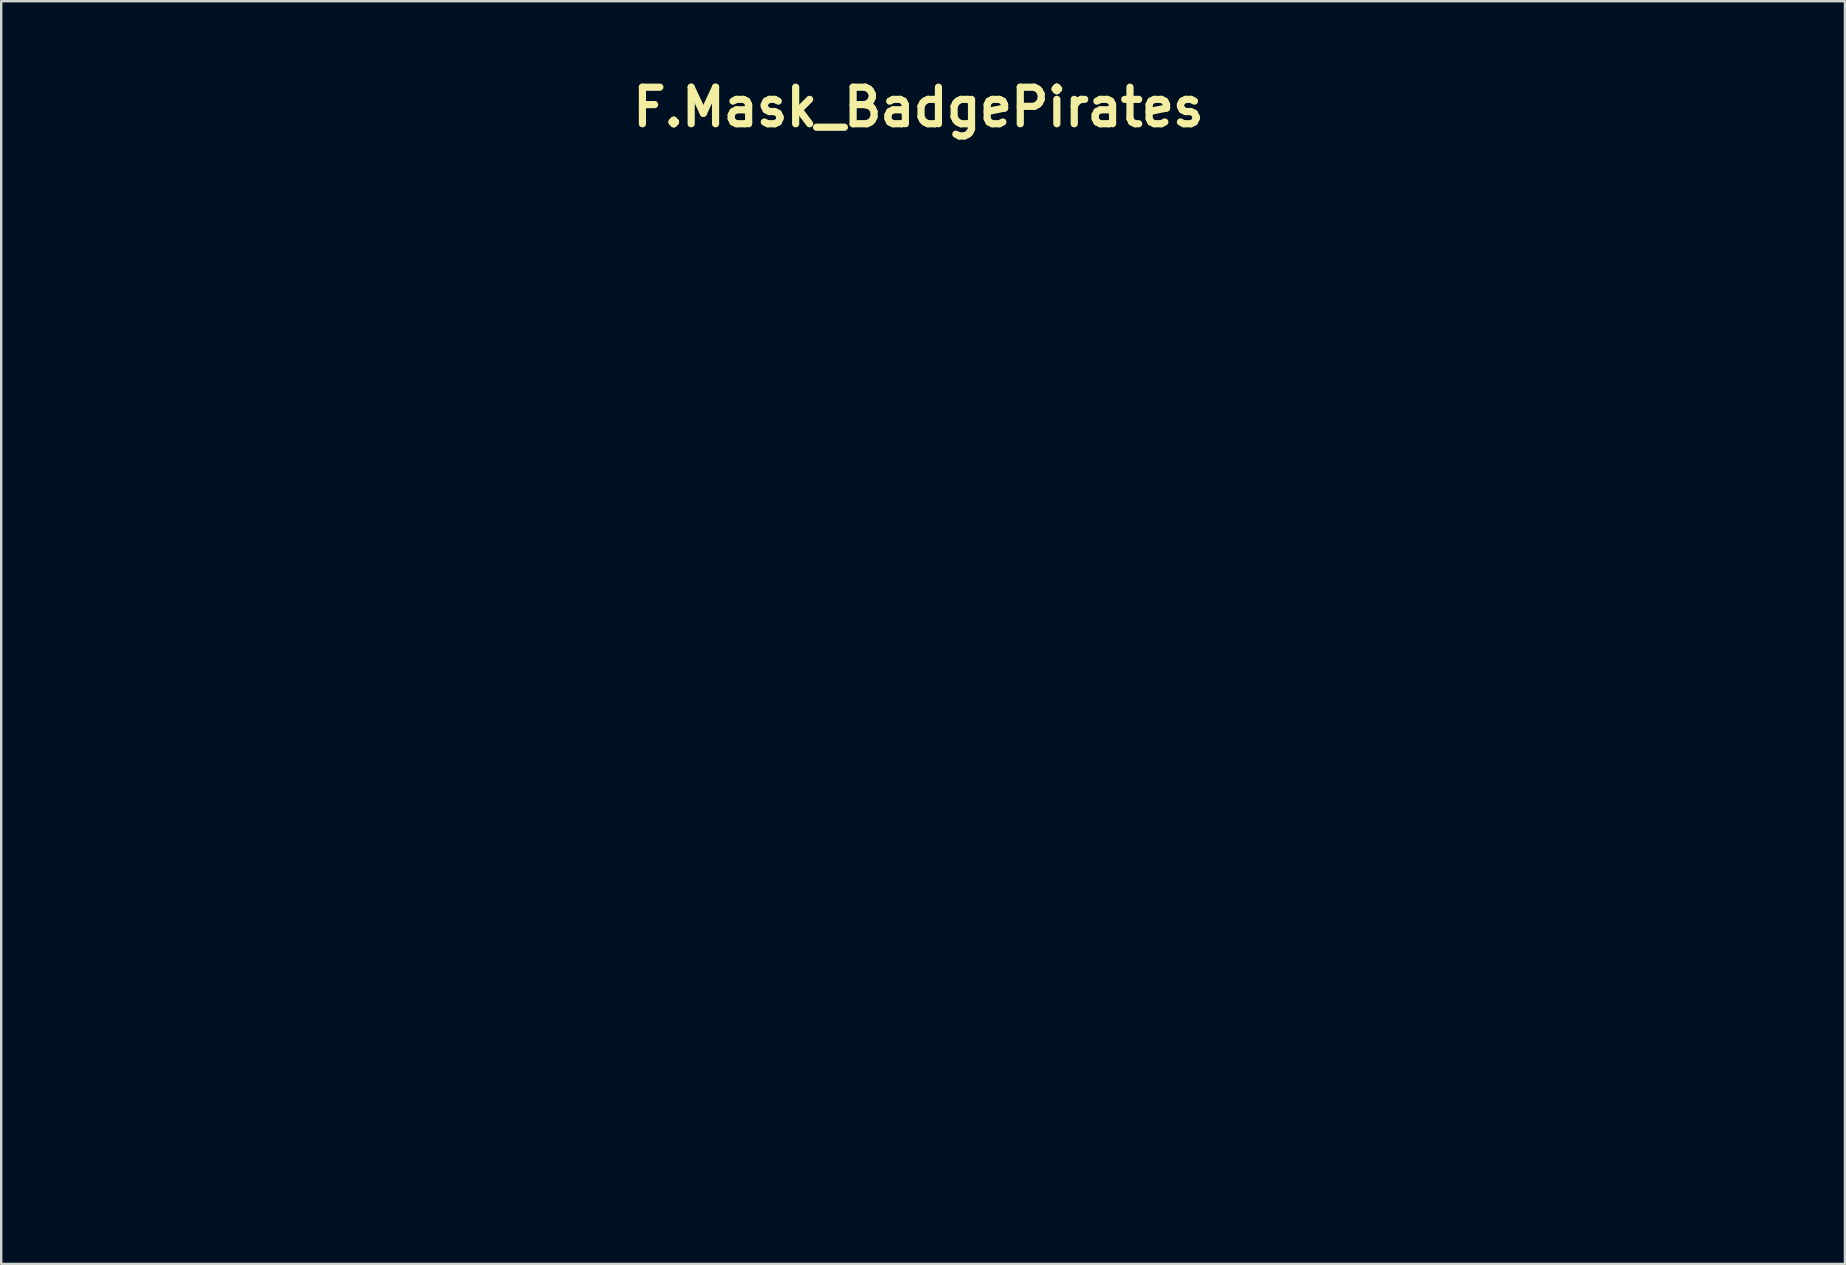
<source format=kicad_pcb>
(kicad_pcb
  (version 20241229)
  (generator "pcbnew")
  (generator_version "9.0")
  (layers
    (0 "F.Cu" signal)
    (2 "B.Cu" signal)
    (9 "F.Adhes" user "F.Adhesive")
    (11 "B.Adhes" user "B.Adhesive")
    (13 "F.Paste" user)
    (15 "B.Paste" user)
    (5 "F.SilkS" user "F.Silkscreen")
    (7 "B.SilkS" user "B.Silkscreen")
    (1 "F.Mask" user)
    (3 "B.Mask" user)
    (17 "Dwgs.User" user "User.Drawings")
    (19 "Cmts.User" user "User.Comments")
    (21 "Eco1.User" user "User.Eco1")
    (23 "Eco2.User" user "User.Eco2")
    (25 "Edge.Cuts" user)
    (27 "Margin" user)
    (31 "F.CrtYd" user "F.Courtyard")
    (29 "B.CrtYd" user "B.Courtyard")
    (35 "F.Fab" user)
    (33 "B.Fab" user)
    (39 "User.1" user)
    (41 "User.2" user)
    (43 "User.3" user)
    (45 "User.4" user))
  (footprint "F.Mask_BadgePirates"
    (layer "F.Cu")
    (at 35.227 1.418)
    (property "Reference" "F.Mask_BadgePirates" (at 0 0 0) (layer "F.SilkS") (effects (font (size 1.524 1.524) (thickness 0.3))))
    (attr through_hole)
    (fp_poly (pts (xy 9.029 36.515) (xy 9.18 36.561) (xy 9.335 36.645) (xy 9.481 36.754) (xy 9.576 36.84) (xy 9.644 36.909) (xy 9.689 36.969) (xy 9.716 37.029) (xy 9.732 37.099) (xy 9.74 37.167) (xy 9.745 37.31) (xy 9.739 37.464) (xy 9.722 37.615) (xy 9.697 37.749) (xy 9.672 37.834) (xy 9.596 37.989) (xy 9.496 38.113) (xy 9.367 38.209) (xy 9.205 38.281) (xy 9.186 38.287) (xy 8.98 38.333) (xy 8.773 38.342) (xy 8.669 38.332) (xy 8.522 38.294) (xy 8.375 38.23) (xy 8.246 38.148) (xy 8.185 38.095) (xy 8.084 37.967) (xy 8.005 37.816) (xy 7.952 37.651) (xy 7.928 37.483) (xy 7.936 37.323) (xy 7.947 37.272) (xy 8.005 37.106) (xy 8.09 36.947) (xy 8.195 36.804) (xy 8.314 36.686) (xy 8.424 36.61) (xy 8.526 36.568) (xy 8.654 36.535) (xy 8.792 36.514) (xy 8.923 36.506) (xy 9.029 36.515)) (stroke (width 0.01) (type solid)) (fill yes) (layer "F.Mask"))
    (fp_poly (pts (xy 7.891 38.644) (xy 7.965 38.651) (xy 8.056 38.665) (xy 8.173 38.685) (xy 8.32 38.713) (xy 8.393 38.727) (xy 8.734 38.778) (xy 9.062 38.794) (xy 9.391 38.776) (xy 9.52 38.76) (xy 9.663 38.741) (xy 9.771 38.731) (xy 9.848 38.732) (xy 9.901 38.744) (xy 9.936 38.768) (xy 9.958 38.806) (xy 9.969 38.837) (xy 9.982 38.884) (xy 9.987 38.919) (xy 9.981 38.953) (xy 9.962 38.995) (xy 9.928 39.056) (xy 9.887 39.124) (xy 9.829 39.22) (xy 9.779 39.307) (xy 9.737 39.387) (xy 9.702 39.463) (xy 9.673 39.541) (xy 9.65 39.624) (xy 9.633 39.716) (xy 9.621 39.82) (xy 9.614 39.94) (xy 9.611 40.081) (xy 9.612 40.246) (xy 9.616 40.439) (xy 9.622 40.663) (xy 9.631 40.923) (xy 9.64 41.144) (xy 9.647 41.35) (xy 9.653 41.519) (xy 9.659 41.655) (xy 9.667 41.761) (xy 9.678 41.844) (xy 9.694 41.908) (xy 9.716 41.956) (xy 9.746 41.994) (xy 9.784 42.026) (xy 9.833 42.057) (xy 9.894 42.091) (xy 9.955 42.126) (xy 10.089 42.207) (xy 10.186 42.279) (xy 10.249 42.345) (xy 10.28 42.41) (xy 10.281 42.477) (xy 10.257 42.55) (xy 10.25 42.564) (xy 10.218 42.618) (xy 10.18 42.657) (xy 10.13 42.684) (xy 10.062 42.701) (xy 9.968 42.709) (xy 9.844 42.709) (xy 9.721 42.706) (xy 9.573 42.699) (xy 9.411 42.689) (xy 9.251 42.677) (xy 9.112 42.665) (xy 9.086 42.662) (xy 8.944 42.648) (xy 8.781 42.632) (xy 8.619 42.618) (xy 8.498 42.608) (xy 8.2 42.586) (xy 7.947 42.652) (xy 7.761 42.695) (xy 7.595 42.722) (xy 7.452 42.732) (xy 7.337 42.725) (xy 7.256 42.702) (xy 7.245 42.695) (xy 7.184 42.635) (xy 7.155 42.557) (xy 7.158 42.471) (xy 7.191 42.381) (xy 7.252 42.297) (xy 7.34 42.225) (xy 7.353 42.217) (xy 7.414 42.187) (xy 7.475 42.171) (xy 7.555 42.164) (xy 7.597 42.164) (xy 7.726 42.154) (xy 7.817 42.125) (xy 7.871 42.077) (xy 7.883 42.049) (xy 7.896 41.982) (xy 7.909 41.879) (xy 7.923 41.744) (xy 7.936 41.584) (xy 7.949 41.404) (xy 7.961 41.209) (xy 7.971 41.006) (xy 7.981 40.799) (xy 7.989 40.595) (xy 7.995 40.398) (xy 7.999 40.216) (xy 8 40.052) (xy 7.998 39.913) (xy 7.998 39.899) (xy 7.993 39.772) (xy 7.987 39.679) (xy 7.979 39.612) (xy 7.967 39.561) (xy 7.95 39.519) (xy 7.944 39.508) (xy 7.891 39.427) (xy 7.822 39.362) (xy 7.731 39.309) (xy 7.609 39.262) (xy 7.507 39.233) (xy 7.39 39.191) (xy 7.296 39.134) (xy 7.23 39.066) (xy 7.199 38.995) (xy 7.197 38.973) (xy 7.217 38.897) (xy 7.274 38.825) (xy 7.363 38.76) (xy 7.477 38.707) (xy 7.613 38.667) (xy 7.706 38.652) (xy 7.768 38.645) (xy 7.828 38.642) (xy 7.891 38.644)) (stroke (width 0.01) (type solid)) (fill yes) (layer "F.Mask"))
    (fp_poly (pts (xy -6.526 38.619) (xy -6.223 38.654) (xy -5.954 38.712) (xy -5.717 38.795) (xy -5.512 38.902) (xy -5.338 39.036) (xy -5.194 39.195) (xy -5.078 39.382) (xy -4.99 39.596) (xy -4.931 39.821) (xy -4.92 39.894) (xy -4.919 39.955) (xy -4.932 40.022) (xy -4.951 40.086) (xy -5.006 40.221) (xy -5.091 40.362) (xy -5.196 40.501) (xy -5.314 40.629) (xy -5.437 40.736) (xy -5.558 40.813) (xy -5.578 40.823) (xy -5.726 40.873) (xy -5.899 40.903) (xy -6.082 40.911) (xy -6.264 40.897) (xy -6.334 40.884) (xy -6.515 40.833) (xy -6.665 40.763) (xy -6.782 40.677) (xy -6.864 40.577) (xy -6.908 40.465) (xy -6.914 40.342) (xy -6.911 40.321) (xy -6.897 40.266) (xy -6.871 40.239) (xy -6.827 40.226) (xy -6.773 40.224) (xy -6.709 40.241) (xy -6.633 40.276) (xy -6.518 40.331) (xy -6.43 40.364) (xy -6.36 40.376) (xy -6.301 40.37) (xy -6.257 40.354) (xy -6.182 40.308) (xy -6.094 40.239) (xy -6.006 40.157) (xy -5.93 40.074) (xy -5.902 40.039) (xy -5.855 39.951) (xy -5.842 39.859) (xy -5.862 39.755) (xy -5.911 39.642) (xy -5.995 39.519) (xy -6.097 39.43) (xy -6.214 39.376) (xy -6.34 39.355) (xy -6.472 39.367) (xy -6.603 39.411) (xy -6.731 39.487) (xy -6.85 39.595) (xy -6.955 39.733) (xy -6.981 39.776) (xy -7.067 39.957) (xy -7.134 40.161) (xy -7.177 40.371) (xy -7.191 40.563) (xy -7.182 40.763) (xy -7.152 40.965) (xy -7.104 41.164) (xy -7.04 41.354) (xy -6.962 41.528) (xy -6.872 41.682) (xy -6.773 41.809) (xy -6.666 41.904) (xy -6.587 41.948) (xy -6.378 42.02) (xy -6.141 42.07) (xy -5.895 42.094) (xy -5.784 42.099) (xy -5.705 42.099) (xy -5.65 42.095) (xy -5.607 42.085) (xy -5.568 42.069) (xy -5.556 42.063) (xy -5.492 42.026) (xy -5.439 41.981) (xy -5.389 41.919) (xy -5.334 41.833) (xy -5.293 41.762) (xy -5.213 41.632) (xy -5.138 41.543) (xy -5.068 41.495) (xy -5.026 41.487) (xy -4.977 41.502) (xy -4.917 41.54) (xy -4.897 41.557) (xy -4.85 41.605) (xy -4.825 41.652) (xy -4.813 41.715) (xy -4.81 41.748) (xy -4.807 41.831) (xy -4.821 41.9) (xy -4.854 41.978) (xy -4.854 41.979) (xy -4.944 42.122) (xy -5.068 42.266) (xy -5.22 42.406) (xy -5.392 42.534) (xy -5.578 42.647) (xy -5.769 42.739) (xy -5.898 42.785) (xy -6.088 42.832) (xy -6.306 42.863) (xy -6.542 42.878) (xy -6.783 42.877) (xy -7.006 42.86) (xy -7.313 42.805) (xy -7.608 42.716) (xy -7.887 42.593) (xy -8.144 42.44) (xy -8.375 42.26) (xy -8.513 42.123) (xy -8.676 41.925) (xy -8.818 41.711) (xy -8.933 41.49) (xy -9.018 41.272) (xy -9.052 41.14) (xy -9.071 41.008) (xy -9.079 40.848) (xy -9.076 40.672) (xy -9.063 40.493) (xy -9.041 40.322) (xy -9.011 40.172) (xy -9.01 40.17) (xy -8.916 39.885) (xy -8.789 39.623) (xy -8.633 39.386) (xy -8.448 39.176) (xy -8.238 38.997) (xy -8.004 38.85) (xy -7.75 38.738) (xy -7.614 38.695) (xy -7.452 38.656) (xy -7.289 38.63) (xy -7.115 38.614) (xy -6.914 38.608) (xy -6.865 38.608) (xy -6.526 38.619)) (stroke (width 0.01) (type solid)) (fill yes) (layer "F.Mask"))
    (fp_poly (pts (xy 27.547 38.619) (xy 27.851 38.653) (xy 28.121 38.71) (xy 28.358 38.791) (xy 28.564 38.896) (xy 28.738 39.026) (xy 28.882 39.182) (xy 28.998 39.365) (xy 29.085 39.574) (xy 29.127 39.723) (xy 29.153 39.852) (xy 29.159 39.957) (xy 29.144 40.055) (xy 29.106 40.16) (xy 29.07 40.238) (xy 29.002 40.35) (xy 28.911 40.47) (xy 28.805 40.587) (xy 28.695 40.692) (xy 28.589 40.774) (xy 28.539 40.804) (xy 28.394 40.862) (xy 28.224 40.898) (xy 28.039 40.912) (xy 27.852 40.902) (xy 27.744 40.884) (xy 27.563 40.833) (xy 27.413 40.762) (xy 27.297 40.675) (xy 27.216 40.574) (xy 27.173 40.459) (xy 27.168 40.334) (xy 27.171 40.316) (xy 27.195 40.253) (xy 27.243 40.223) (xy 27.317 40.226) (xy 27.416 40.261) (xy 27.445 40.275) (xy 27.569 40.334) (xy 27.668 40.367) (xy 27.751 40.374) (xy 27.828 40.354) (xy 27.908 40.305) (xy 28.001 40.226) (xy 28.028 40.2) (xy 28.129 40.098) (xy 28.197 40.01) (xy 28.233 39.93) (xy 28.24 39.85) (xy 28.221 39.762) (xy 28.195 39.697) (xy 28.121 39.559) (xy 28.034 39.461) (xy 27.931 39.397) (xy 27.806 39.366) (xy 27.728 39.362) (xy 27.567 39.382) (xy 27.42 39.441) (xy 27.287 39.541) (xy 27.167 39.681) (xy 27.074 39.834) (xy 26.997 40.001) (xy 26.944 40.163) (xy 26.912 40.332) (xy 26.899 40.523) (xy 26.898 40.598) (xy 26.9 40.731) (xy 26.907 40.838) (xy 26.921 40.935) (xy 26.944 41.037) (xy 26.951 41.065) (xy 27.026 41.31) (xy 27.114 41.52) (xy 27.212 41.692) (xy 27.321 41.825) (xy 27.386 41.882) (xy 27.486 41.941) (xy 27.619 41.994) (xy 27.775 42.038) (xy 27.944 42.072) (xy 28.118 42.093) (xy 28.287 42.098) (xy 28.338 42.097) (xy 28.456 42.084) (xy 28.549 42.055) (xy 28.625 42.003) (xy 28.694 41.923) (xy 28.763 41.808) (xy 28.768 41.799) (xy 28.848 41.663) (xy 28.92 41.567) (xy 28.985 41.508) (xy 29.045 41.487) (xy 29.051 41.487) (xy 29.108 41.504) (xy 29.171 41.548) (xy 29.227 41.608) (xy 29.266 41.672) (xy 29.277 41.712) (xy 29.274 41.823) (xy 29.25 41.926) (xy 29.202 42.027) (xy 29.126 42.134) (xy 29.019 42.253) (xy 28.98 42.292) (xy 28.758 42.485) (xy 28.522 42.64) (xy 28.274 42.755) (xy 28.016 42.83) (xy 28.014 42.83) (xy 27.932 42.843) (xy 27.821 42.855) (xy 27.694 42.865) (xy 27.559 42.872) (xy 27.429 42.876) (xy 27.313 42.878) (xy 27.223 42.875) (xy 27.189 42.871) (xy 27.137 42.864) (xy 27.059 42.853) (xy 26.97 42.841) (xy 26.956 42.839) (xy 26.709 42.789) (xy 26.454 42.706) (xy 26.205 42.595) (xy 25.971 42.462) (xy 25.847 42.375) (xy 25.634 42.191) (xy 25.444 41.977) (xy 25.277 41.73) (xy 25.177 41.548) (xy 25.107 41.396) (xy 25.058 41.256) (xy 25.027 41.112) (xy 25.009 40.947) (xy 25.005 40.894) (xy 25.007 40.595) (xy 25.045 40.305) (xy 25.116 40.027) (xy 25.221 39.764) (xy 25.355 39.521) (xy 25.517 39.301) (xy 25.706 39.108) (xy 25.92 38.945) (xy 26.076 38.854) (xy 26.283 38.76) (xy 26.49 38.69) (xy 26.707 38.643) (xy 26.943 38.616) (xy 27.208 38.608) (xy 27.547 38.619)) (stroke (width 0.01) (type solid)) (fill yes) (layer "F.Mask"))
    (fp_poly (pts (xy 22.011 27.888) (xy 22.121 27.921) (xy 22.203 27.972) (xy 22.252 28.037) (xy 22.268 28.113) (xy 22.246 28.197) (xy 22.201 28.264) (xy 22.147 28.319) (xy 22.062 28.387) (xy 21.955 28.464) (xy 21.833 28.545) (xy 21.704 28.625) (xy 21.627 28.668) (xy 21.557 28.709) (xy 21.503 28.744) (xy 21.473 28.766) (xy 21.472 28.769) (xy 21.468 28.795) (xy 21.465 28.859) (xy 21.462 28.959) (xy 21.459 29.09) (xy 21.456 29.249) (xy 21.453 29.432) (xy 21.45 29.636) (xy 21.448 29.857) (xy 21.445 30.092) (xy 21.443 30.336) (xy 21.441 30.587) (xy 21.44 30.84) (xy 21.438 31.093) (xy 21.437 31.341) (xy 21.437 31.58) (xy 21.436 31.808) (xy 21.436 32.021) (xy 21.436 32.214) (xy 21.437 32.385) (xy 21.438 32.53) (xy 21.44 32.645) (xy 21.442 32.726) (xy 21.445 32.771) (xy 21.446 32.775) (xy 21.476 32.863) (xy 21.519 32.931) (xy 21.524 32.936) (xy 21.553 32.962) (xy 21.586 32.979) (xy 21.631 32.99) (xy 21.7 32.998) (xy 21.799 33.005) (xy 21.96 33.022) (xy 22.083 33.053) (xy 22.173 33.097) (xy 22.234 33.158) (xy 22.236 33.161) (xy 22.258 33.21) (xy 22.28 33.284) (xy 22.294 33.351) (xy 22.305 33.455) (xy 22.296 33.527) (xy 22.265 33.575) (xy 22.208 33.605) (xy 22.189 33.611) (xy 22.109 33.625) (xy 22.002 33.63) (xy 21.882 33.628) (xy 21.765 33.619) (xy 21.706 33.61) (xy 21.561 33.588) (xy 21.381 33.566) (xy 21.174 33.544) (xy 20.948 33.523) (xy 20.71 33.505) (xy 20.578 33.496) (xy 20.424 33.486) (xy 20.304 33.48) (xy 20.206 33.476) (xy 20.121 33.476) (xy 20.041 33.48) (xy 19.954 33.488) (xy 19.852 33.5) (xy 19.725 33.517) (xy 19.7 33.52) (xy 19.439 33.552) (xy 19.215 33.571) (xy 19.028 33.579) (xy 18.88 33.574) (xy 18.772 33.556) (xy 18.722 33.539) (xy 18.641 33.483) (xy 18.602 33.418) (xy 18.603 33.341) (xy 18.614 33.308) (xy 18.652 33.249) (xy 18.718 33.199) (xy 18.814 33.156) (xy 18.944 33.117) (xy 19.103 33.083) (xy 19.259 33.05) (xy 19.379 33.014) (xy 19.469 32.972) (xy 19.535 32.922) (xy 19.567 32.886) (xy 19.575 32.877) (xy 19.582 32.87) (xy 19.588 32.862) (xy 19.593 32.852) (xy 19.598 32.837) (xy 19.601 32.813) (xy 19.604 32.78) (xy 19.607 32.733) (xy 19.608 32.672) (xy 19.609 32.593) (xy 19.609 32.493) (xy 19.609 32.371) (xy 19.608 32.223) (xy 19.607 32.048) (xy 19.605 31.843) (xy 19.603 31.604) (xy 19.6 31.331) (xy 19.597 31.02) (xy 19.594 30.723) (xy 19.591 30.438) (xy 19.588 30.166) (xy 19.584 29.911) (xy 19.58 29.677) (xy 19.576 29.466) (xy 19.572 29.281) (xy 19.568 29.126) (xy 19.563 29.003) (xy 19.559 28.917) (xy 19.556 28.869) (xy 19.555 28.868) (xy 19.519 28.727) (xy 19.46 28.613) (xy 19.381 28.53) (xy 19.333 28.501) (xy 19.277 28.482) (xy 19.191 28.463) (xy 19.088 28.445) (xy 19.013 28.435) (xy 18.868 28.414) (xy 18.76 28.39) (xy 18.684 28.359) (xy 18.634 28.318) (xy 18.604 28.265) (xy 18.593 28.225) (xy 18.593 28.145) (xy 18.626 28.074) (xy 18.696 28.011) (xy 18.787 27.959) (xy 18.856 27.927) (xy 18.915 27.906) (xy 18.979 27.893) (xy 19.061 27.886) (xy 19.152 27.882) (xy 19.229 27.88) (xy 19.307 27.881) (xy 19.394 27.887) (xy 19.495 27.896) (xy 19.618 27.911) (xy 19.768 27.931) (xy 19.953 27.957) (xy 19.992 27.963) (xy 20.221 27.996) (xy 20.414 28.021) (xy 20.578 28.039) (xy 20.719 28.05) (xy 20.843 28.054) (xy 20.956 28.05) (xy 21.065 28.039) (xy 21.175 28.021) (xy 21.293 27.996) (xy 21.419 27.965) (xy 21.543 27.935) (xy 21.662 27.909) (xy 21.765 27.89) (xy 21.843 27.879) (xy 21.874 27.877) (xy 22.011 27.888)) (stroke (width 0.01) (type solid)) (fill yes) (layer "F.Mask"))
    (fp_poly (pts (xy 23.701 36.383) (xy 23.737 36.407) (xy 23.76 36.437) (xy 23.793 36.496) (xy 23.808 36.553) (xy 23.803 36.616) (xy 23.777 36.694) (xy 23.73 36.792) (xy 23.688 36.869) (xy 23.558 37.102) (xy 23.558 39.052) (xy 23.613 39.065) (xy 23.691 39.077) (xy 23.773 39.07) (xy 23.866 39.044) (xy 23.975 38.995) (xy 24.104 38.924) (xy 24.26 38.826) (xy 24.268 38.821) (xy 24.367 38.76) (xy 24.443 38.725) (xy 24.502 38.717) (xy 24.554 38.735) (xy 24.606 38.779) (xy 24.633 38.809) (xy 24.702 38.911) (xy 24.745 39.026) (xy 24.759 39.141) (xy 24.744 39.231) (xy 24.692 39.336) (xy 24.61 39.422) (xy 24.497 39.488) (xy 24.351 39.537) (xy 24.17 39.567) (xy 23.952 39.581) (xy 23.869 39.582) (xy 23.753 39.583) (xy 23.673 39.586) (xy 23.621 39.593) (xy 23.591 39.604) (xy 23.579 39.614) (xy 23.569 39.646) (xy 23.558 39.715) (xy 23.548 39.815) (xy 23.537 39.941) (xy 23.526 40.088) (xy 23.516 40.251) (xy 23.508 40.423) (xy 23.5 40.6) (xy 23.494 40.776) (xy 23.491 40.946) (xy 23.489 41.074) (xy 23.493 41.317) (xy 23.508 41.522) (xy 23.532 41.689) (xy 23.568 41.821) (xy 23.616 41.92) (xy 23.675 41.988) (xy 23.694 42.002) (xy 23.752 42.03) (xy 23.812 42.032) (xy 23.883 42.008) (xy 23.974 41.956) (xy 23.979 41.953) (xy 24.1 41.877) (xy 24.193 41.827) (xy 24.265 41.8) (xy 24.323 41.795) (xy 24.371 41.811) (xy 24.417 41.848) (xy 24.43 41.861) (xy 24.468 41.929) (xy 24.483 42.022) (xy 24.475 42.125) (xy 24.444 42.228) (xy 24.42 42.275) (xy 24.34 42.377) (xy 24.225 42.476) (xy 24.079 42.568) (xy 23.91 42.651) (xy 23.738 42.714) (xy 23.581 42.75) (xy 23.399 42.769) (xy 23.21 42.77) (xy 23.028 42.753) (xy 22.945 42.738) (xy 22.725 42.677) (xy 22.529 42.6) (xy 22.359 42.507) (xy 22.221 42.402) (xy 22.119 42.287) (xy 22.076 42.216) (xy 22.038 42.116) (xy 22.003 41.982) (xy 21.972 41.822) (xy 21.947 41.645) (xy 21.929 41.458) (xy 21.927 41.434) (xy 21.919 41.275) (xy 21.913 41.089) (xy 21.909 40.886) (xy 21.908 40.674) (xy 21.909 40.463) (xy 21.912 40.262) (xy 21.918 40.08) (xy 21.925 39.925) (xy 21.931 39.85) (xy 21.941 39.725) (xy 21.944 39.637) (xy 21.941 39.583) (xy 21.933 39.556) (xy 21.932 39.555) (xy 21.904 39.545) (xy 21.848 39.542) (xy 21.757 39.548) (xy 21.696 39.553) (xy 21.532 39.565) (xy 21.404 39.56) (xy 21.309 39.539) (xy 21.244 39.499) (xy 21.205 39.438) (xy 21.189 39.356) (xy 21.188 39.327) (xy 21.192 39.258) (xy 21.211 39.206) (xy 21.251 39.152) (xy 21.264 39.137) (xy 21.313 39.087) (xy 21.355 39.062) (xy 21.407 39.053) (xy 21.45 39.053) (xy 21.53 39.057) (xy 21.607 39.066) (xy 21.632 39.072) (xy 21.699 39.086) (xy 21.782 39.099) (xy 21.814 39.104) (xy 21.922 39.117) (xy 21.934 38.328) (xy 21.937 38.033) (xy 21.938 37.773) (xy 21.936 37.55) (xy 21.931 37.364) (xy 21.924 37.216) (xy 21.914 37.108) (xy 21.902 37.04) (xy 21.891 37.016) (xy 21.86 37.004) (xy 21.799 36.99) (xy 21.718 36.978) (xy 21.681 36.973) (xy 21.489 36.95) (xy 21.336 36.924) (xy 21.219 36.894) (xy 21.134 36.859) (xy 21.079 36.817) (xy 21.05 36.767) (xy 21.044 36.706) (xy 21.048 36.674) (xy 21.087 36.577) (xy 21.159 36.493) (xy 21.257 36.433) (xy 21.299 36.417) (xy 21.369 36.4) (xy 21.438 36.39) (xy 21.515 36.389) (xy 21.606 36.396) (xy 21.72 36.413) (xy 21.865 36.44) (xy 21.911 36.449) (xy 22.027 36.471) (xy 22.124 36.488) (xy 22.213 36.499) (xy 22.304 36.506) (xy 22.408 36.51) (xy 22.535 36.512) (xy 22.663 36.513) (xy 23.094 36.513) (xy 23.358 36.436) (xy 23.487 36.401) (xy 23.583 36.38) (xy 23.652 36.375) (xy 23.701 36.383)) (stroke (width 0.01) (type solid)) (fill yes) (layer "F.Mask"))
    (fp_poly (pts (xy 31.368 38.614) (xy 31.543 38.622) (xy 31.684 38.636) (xy 31.8 38.657) (xy 31.899 38.688) (xy 31.989 38.732) (xy 32.08 38.789) (xy 32.112 38.812) (xy 32.2 38.877) (xy 32.263 38.917) (xy 32.31 38.933) (xy 32.349 38.926) (xy 32.391 38.897) (xy 32.442 38.846) (xy 32.454 38.834) (xy 32.546 38.752) (xy 32.628 38.707) (xy 32.703 38.697) (xy 32.779 38.722) (xy 32.792 38.729) (xy 32.861 38.769) (xy 32.867 39.387) (xy 32.872 40.005) (xy 32.803 40.047) (xy 32.745 40.076) (xy 32.692 40.089) (xy 32.687 40.09) (xy 32.637 40.075) (xy 32.576 40.03) (xy 32.502 39.953) (xy 32.413 39.843) (xy 32.308 39.696) (xy 32.26 39.627) (xy 32.176 39.503) (xy 32.107 39.409) (xy 32.047 39.339) (xy 31.988 39.288) (xy 31.923 39.249) (xy 31.845 39.218) (xy 31.748 39.188) (xy 31.686 39.171) (xy 31.496 39.129) (xy 31.333 39.116) (xy 31.199 39.131) (xy 31.094 39.173) (xy 31.02 39.243) (xy 30.978 39.339) (xy 30.967 39.437) (xy 30.985 39.545) (xy 31.041 39.639) (xy 31.134 39.719) (xy 31.268 39.788) (xy 31.337 39.815) (xy 31.397 39.833) (xy 31.489 39.858) (xy 31.606 39.889) (xy 31.738 39.922) (xy 31.877 39.956) (xy 31.904 39.962) (xy 32.044 39.997) (xy 32.179 40.032) (xy 32.301 40.067) (xy 32.399 40.097) (xy 32.467 40.121) (xy 32.475 40.124) (xy 32.676 40.228) (xy 32.862 40.354) (xy 33.028 40.497) (xy 33.166 40.65) (xy 33.269 40.808) (xy 33.282 40.833) (xy 33.353 41.025) (xy 33.384 41.224) (xy 33.377 41.428) (xy 33.331 41.632) (xy 33.248 41.833) (xy 33.128 42.027) (xy 32.972 42.21) (xy 32.955 42.227) (xy 32.769 42.387) (xy 32.56 42.518) (xy 32.323 42.624) (xy 32.055 42.705) (xy 32.005 42.717) (xy 31.919 42.732) (xy 31.803 42.745) (xy 31.668 42.757) (xy 31.525 42.765) (xy 31.385 42.771) (xy 31.258 42.773) (xy 31.155 42.77) (xy 31.104 42.766) (xy 30.913 42.738) (xy 30.756 42.713) (xy 30.628 42.69) (xy 30.523 42.665) (xy 30.432 42.637) (xy 30.35 42.605) (xy 30.269 42.565) (xy 30.184 42.517) (xy 30.141 42.492) (xy 30.011 42.407) (xy 29.884 42.313) (xy 29.767 42.216) (xy 29.666 42.121) (xy 29.59 42.034) (xy 29.548 41.972) (xy 30.502 41.972) (xy 30.571 42.024) (xy 30.647 42.075) (xy 30.729 42.112) (xy 30.825 42.137) (xy 30.941 42.151) (xy 31.086 42.156) (xy 31.231 42.155) (xy 31.401 42.147) (xy 31.534 42.134) (xy 31.627 42.116) (xy 31.635 42.114) (xy 31.75 42.068) (xy 31.835 42.016) (xy 31.884 41.959) (xy 31.894 41.926) (xy 31.885 41.845) (xy 31.846 41.751) (xy 31.783 41.653) (xy 31.702 41.559) (xy 31.61 41.476) (xy 31.512 41.415) (xy 31.509 41.413) (xy 31.46 41.395) (xy 31.383 41.374) (xy 31.285 41.351) (xy 31.176 41.327) (xy 31.063 41.305) (xy 30.954 41.285) (xy 30.857 41.27) (xy 30.78 41.261) (xy 30.731 41.259) (xy 30.719 41.262) (xy 30.717 41.287) (xy 30.725 41.339) (xy 30.734 41.381) (xy 30.751 41.528) (xy 30.727 41.665) (xy 30.663 41.793) (xy 30.584 41.888) (xy 30.502 41.972) (xy 29.548 41.972) (xy 29.547 41.971) (xy 29.519 41.889) (xy 29.5 41.778) (xy 29.489 41.652) (xy 29.489 41.523) (xy 29.5 41.405) (xy 29.516 41.328) (xy 29.574 41.197) (xy 29.66 41.094) (xy 29.771 41.021) (xy 29.9 40.983) (xy 29.965 40.979) (xy 30.024 40.972) (xy 30.044 40.952) (xy 30.024 40.922) (xy 30.004 40.907) (xy 29.949 40.863) (xy 29.88 40.798) (xy 29.805 40.721) (xy 29.736 40.643) (xy 29.681 40.574) (xy 29.654 40.532) (xy 29.615 40.437) (xy 29.578 40.314) (xy 29.548 40.179) (xy 29.528 40.047) (xy 29.52 39.941) (xy 29.522 39.859) (xy 29.53 39.788) (xy 29.549 39.715) (xy 29.582 39.624) (xy 29.598 39.582) (xy 29.696 39.362) (xy 29.805 39.174) (xy 29.928 39.016) (xy 30.067 38.887) (xy 30.227 38.785) (xy 30.41 38.708) (xy 30.621 38.655) (xy 30.861 38.623) (xy 31.134 38.611) (xy 31.368 38.614)) (stroke (width 0.01) (type solid)) (fill yes) (layer "F.Mask"))
    (fp_poly (pts (xy 18.186 38.58) (xy 18.283 38.586) (xy 18.557 38.617) (xy 18.795 38.663) (xy 18.999 38.725) (xy 19.173 38.803) (xy 19.32 38.901) (xy 19.442 39.018) (xy 19.474 39.056) (xy 19.552 39.171) (xy 19.634 39.322) (xy 19.719 39.504) (xy 19.803 39.713) (xy 19.885 39.943) (xy 19.886 39.946) (xy 19.956 40.164) (xy 20.016 40.364) (xy 20.067 40.559) (xy 20.112 40.759) (xy 20.154 40.975) (xy 20.196 41.22) (xy 20.206 41.284) (xy 20.229 41.422) (xy 20.249 41.546) (xy 20.266 41.649) (xy 20.28 41.726) (xy 20.288 41.771) (xy 20.29 41.78) (xy 20.318 41.783) (xy 20.368 41.755) (xy 20.439 41.701) (xy 20.526 41.621) (xy 20.558 41.59) (xy 20.644 41.507) (xy 20.709 41.454) (xy 20.761 41.428) (xy 20.806 41.426) (xy 20.85 41.446) (xy 20.863 41.454) (xy 20.909 41.511) (xy 20.923 41.596) (xy 20.906 41.708) (xy 20.858 41.847) (xy 20.824 41.922) (xy 20.74 42.065) (xy 20.627 42.2) (xy 20.482 42.33) (xy 20.301 42.457) (xy 20.087 42.581) (xy 19.985 42.63) (xy 19.877 42.666) (xy 19.757 42.691) (xy 19.615 42.706) (xy 19.444 42.713) (xy 19.339 42.714) (xy 19.115 42.705) (xy 18.926 42.674) (xy 18.767 42.622) (xy 18.635 42.548) (xy 18.528 42.449) (xy 18.519 42.439) (xy 18.462 42.371) (xy 18.407 42.306) (xy 18.372 42.265) (xy 18.319 42.203) (xy 18.109 42.335) (xy 17.87 42.474) (xy 17.643 42.583) (xy 17.419 42.663) (xy 17.189 42.721) (xy 17.187 42.721) (xy 17.027 42.746) (xy 16.853 42.761) (xy 16.683 42.766) (xy 16.533 42.759) (xy 16.506 42.756) (xy 16.269 42.708) (xy 16.051 42.622) (xy 15.854 42.501) (xy 15.68 42.348) (xy 15.532 42.164) (xy 15.411 41.951) (xy 15.321 41.712) (xy 15.311 41.677) (xy 15.288 41.558) (xy 15.275 41.412) (xy 15.272 41.254) (xy 15.278 41.139) (xy 17.235 41.139) (xy 17.248 41.305) (xy 17.286 41.466) (xy 17.325 41.567) (xy 17.385 41.679) (xy 17.451 41.762) (xy 17.533 41.827) (xy 17.537 41.829) (xy 17.598 41.852) (xy 17.689 41.864) (xy 17.795 41.866) (xy 17.905 41.858) (xy 18.005 41.841) (xy 18.084 41.815) (xy 18.087 41.814) (xy 18.136 41.784) (xy 18.172 41.746) (xy 18.198 41.694) (xy 18.213 41.621) (xy 18.221 41.522) (xy 18.222 41.39) (xy 18.22 41.296) (xy 18.217 41.17) (xy 18.211 41.076) (xy 18.203 41.007) (xy 18.191 40.953) (xy 18.174 40.905) (xy 18.165 40.883) (xy 18.086 40.753) (xy 17.987 40.659) (xy 17.866 40.602) (xy 17.723 40.58) (xy 17.64 40.583) (xy 17.514 40.605) (xy 17.42 40.643) (xy 17.353 40.703) (xy 17.34 40.719) (xy 17.281 40.837) (xy 17.246 40.98) (xy 17.235 41.139) (xy 15.278 41.139) (xy 15.279 41.1) (xy 15.296 40.963) (xy 15.312 40.894) (xy 15.396 40.665) (xy 15.52 40.445) (xy 15.678 40.24) (xy 15.816 40.1) (xy 15.997 39.958) (xy 16.182 39.855) (xy 16.379 39.789) (xy 16.592 39.757) (xy 16.597 39.757) (xy 16.727 39.753) (xy 16.858 39.761) (xy 16.998 39.781) (xy 17.154 39.815) (xy 17.333 39.863) (xy 17.525 39.922) (xy 17.647 39.961) (xy 17.756 39.995) (xy 17.844 40.022) (xy 17.906 40.04) (xy 17.935 40.047) (xy 17.935 40.047) (xy 17.947 40.029) (xy 17.946 39.982) (xy 17.934 39.915) (xy 17.913 39.839) (xy 17.885 39.765) (xy 17.876 39.745) (xy 17.794 39.604) (xy 17.697 39.498) (xy 17.585 39.425) (xy 17.514 39.394) (xy 17.443 39.375) (xy 17.368 39.37) (xy 17.28 39.378) (xy 17.173 39.401) (xy 17.041 39.44) (xy 16.885 39.491) (xy 16.756 39.534) (xy 16.662 39.565) (xy 16.594 39.584) (xy 16.547 39.594) (xy 16.515 39.595) (xy 16.49 39.59) (xy 16.471 39.58) (xy 16.421 39.531) (xy 16.385 39.454) (xy 16.368 39.364) (xy 16.372 39.29) (xy 16.409 39.201) (xy 16.485 39.111) (xy 16.599 39.021) (xy 16.748 38.934) (xy 16.93 38.849) (xy 17.141 38.771) (xy 17.15 38.768) (xy 17.369 38.698) (xy 17.558 38.645) (xy 17.725 38.609) (xy 17.881 38.587) (xy 18.031 38.577) (xy 18.186 38.58)) (stroke (width 0.01) (type solid)) (fill yes) (layer "F.Mask"))
    (fp_poly (pts (xy 14.668 38.451) (xy 14.848 38.511) (xy 15.004 38.603) (xy 15.135 38.726) (xy 15.215 38.84) (xy 15.24 38.886) (xy 15.257 38.929) (xy 15.266 38.98) (xy 15.271 39.05) (xy 15.272 39.149) (xy 15.272 39.169) (xy 15.268 39.302) (xy 15.254 39.406) (xy 15.226 39.491) (xy 15.18 39.57) (xy 15.111 39.654) (xy 15.103 39.663) (xy 15.022 39.739) (xy 14.932 39.797) (xy 14.827 39.838) (xy 14.701 39.863) (xy 14.549 39.873) (xy 14.367 39.869) (xy 14.193 39.857) (xy 13.885 39.83) (xy 13.805 39.886) (xy 13.72 39.953) (xy 13.623 40.042) (xy 13.527 40.142) (xy 13.44 40.241) (xy 13.373 40.33) (xy 13.358 40.353) (xy 13.315 40.435) (xy 13.272 40.537) (xy 13.235 40.638) (xy 13.232 40.647) (xy 13.216 40.704) (xy 13.203 40.756) (xy 13.193 40.812) (xy 13.186 40.877) (xy 13.181 40.957) (xy 13.177 41.061) (xy 13.174 41.194) (xy 13.172 41.349) (xy 13.169 41.532) (xy 13.167 41.677) (xy 13.17 41.791) (xy 13.179 41.877) (xy 13.197 41.941) (xy 13.227 41.988) (xy 13.27 42.023) (xy 13.329 42.051) (xy 13.407 42.077) (xy 13.505 42.107) (xy 13.536 42.116) (xy 13.713 42.172) (xy 13.852 42.224) (xy 13.958 42.272) (xy 14.035 42.319) (xy 14.086 42.367) (xy 14.103 42.392) (xy 14.133 42.478) (xy 14.123 42.562) (xy 14.08 42.642) (xy 14.006 42.713) (xy 13.905 42.774) (xy 13.782 42.819) (xy 13.64 42.846) (xy 13.568 42.852) (xy 13.48 42.854) (xy 13.401 42.853) (xy 13.347 42.849) (xy 13.346 42.849) (xy 13.307 42.841) (xy 13.234 42.827) (xy 13.133 42.806) (xy 13.011 42.78) (xy 12.874 42.752) (xy 12.79 42.734) (xy 12.618 42.699) (xy 12.463 42.67) (xy 12.331 42.648) (xy 12.23 42.634) (xy 12.166 42.63) (xy 12.074 42.634) (xy 11.944 42.646) (xy 11.779 42.665) (xy 11.582 42.691) (xy 11.355 42.724) (xy 11.132 42.758) (xy 11.009 42.776) (xy 10.92 42.788) (xy 10.855 42.793) (xy 10.806 42.792) (xy 10.765 42.785) (xy 10.731 42.776) (xy 10.649 42.733) (xy 10.592 42.665) (xy 10.558 42.565) (xy 10.548 42.497) (xy 10.543 42.444) (xy 10.548 42.405) (xy 10.567 42.376) (xy 10.606 42.352) (xy 10.672 42.329) (xy 10.77 42.303) (xy 10.821 42.29) (xy 10.967 42.245) (xy 11.093 42.191) (xy 11.191 42.132) (xy 11.236 42.092) (xy 11.266 42.039) (xy 11.295 41.947) (xy 11.322 41.821) (xy 11.346 41.667) (xy 11.367 41.487) (xy 11.384 41.287) (xy 11.388 41.222) (xy 11.395 41.075) (xy 11.399 40.909) (xy 11.401 40.731) (xy 11.4 40.546) (xy 11.398 40.359) (xy 11.393 40.178) (xy 11.387 40.006) (xy 11.379 39.851) (xy 11.369 39.717) (xy 11.358 39.611) (xy 11.347 39.539) (xy 11.339 39.514) (xy 11.32 39.476) (xy 11.296 39.445) (xy 11.258 39.416) (xy 11.202 39.387) (xy 11.12 39.353) (xy 11.006 39.31) (xy 10.975 39.298) (xy 10.805 39.232) (xy 10.675 39.169) (xy 10.58 39.107) (xy 10.519 39.045) (xy 10.488 38.979) (xy 10.485 38.907) (xy 10.487 38.891) (xy 10.521 38.808) (xy 10.582 38.73) (xy 10.659 38.669) (xy 10.703 38.649) (xy 10.751 38.638) (xy 10.81 38.635) (xy 10.887 38.639) (xy 10.987 38.653) (xy 11.117 38.676) (xy 11.271 38.706) (xy 11.403 38.729) (xy 11.556 38.749) (xy 11.705 38.765) (xy 11.791 38.771) (xy 11.949 38.774) (xy 12.089 38.767) (xy 12.224 38.747) (xy 12.367 38.712) (xy 12.533 38.659) (xy 12.562 38.649) (xy 12.681 38.611) (xy 12.776 38.59) (xy 12.86 38.584) (xy 12.948 38.592) (xy 12.975 38.596) (xy 13.059 38.616) (xy 13.12 38.646) (xy 13.162 38.693) (xy 13.187 38.762) (xy 13.197 38.858) (xy 13.194 38.986) (xy 13.187 39.087) (xy 13.177 39.217) (xy 13.17 39.31) (xy 13.167 39.372) (xy 13.168 39.408) (xy 13.173 39.423) (xy 13.183 39.423) (xy 13.195 39.414) (xy 13.216 39.388) (xy 13.253 39.332) (xy 13.302 39.254) (xy 13.359 39.161) (xy 13.384 39.118) (xy 13.501 38.93) (xy 13.611 38.779) (xy 13.719 38.661) (xy 13.831 38.572) (xy 13.951 38.507) (xy 14.085 38.463) (xy 14.237 38.436) (xy 14.25 38.434) (xy 14.468 38.425) (xy 14.668 38.451)) (stroke (width 0.01) (type solid)) (fill yes) (layer "F.Mask"))
    (fp_poly (pts (xy -22.182 38.581) (xy -21.902 38.594) (xy -21.641 38.628) (xy -21.404 38.682) (xy -21.195 38.755) (xy -21.019 38.845) (xy -20.932 38.906) (xy -20.841 38.997) (xy -20.748 39.125) (xy -20.653 39.289) (xy -20.558 39.484) (xy -20.465 39.707) (xy -20.376 39.953) (xy -20.291 40.22) (xy -20.213 40.504) (xy -20.195 40.577) (xy -20.179 40.65) (xy -20.158 40.751) (xy -20.135 40.874) (xy -20.109 41.011) (xy -20.083 41.155) (xy -20.057 41.301) (xy -20.033 41.439) (xy -20.013 41.564) (xy -19.996 41.669) (xy -19.985 41.746) (xy -19.981 41.789) (xy -19.981 41.789) (xy -19.967 41.797) (xy -19.929 41.778) (xy -19.871 41.737) (xy -19.8 41.677) (xy -19.719 41.601) (xy -19.701 41.583) (xy -19.613 41.499) (xy -19.543 41.446) (xy -19.488 41.424) (xy -19.44 41.429) (xy -19.395 41.46) (xy -19.386 41.468) (xy -19.354 41.53) (xy -19.348 41.619) (xy -19.369 41.733) (xy -19.417 41.865) (xy -19.442 41.921) (xy -19.521 42.06) (xy -19.62 42.183) (xy -19.744 42.298) (xy -19.903 42.413) (xy -19.921 42.425) (xy -20.071 42.519) (xy -20.202 42.591) (xy -20.324 42.643) (xy -20.447 42.678) (xy -20.581 42.7) (xy -20.736 42.711) (xy -20.922 42.714) (xy -20.932 42.714) (xy -21.055 42.713) (xy -21.15 42.709) (xy -21.227 42.699) (xy -21.301 42.683) (xy -21.383 42.659) (xy -21.5 42.62) (xy -21.589 42.58) (xy -21.659 42.534) (xy -21.724 42.472) (xy -21.796 42.386) (xy -21.811 42.365) (xy -21.865 42.297) (xy -21.909 42.243) (xy -21.937 42.211) (xy -21.943 42.206) (xy -21.964 42.217) (xy -22.013 42.246) (xy -22.083 42.288) (xy -22.158 42.335) (xy -22.345 42.446) (xy -22.514 42.534) (xy -22.678 42.605) (xy -22.78 42.642) (xy -22.976 42.697) (xy -23.19 42.737) (xy -23.406 42.761) (xy -23.611 42.766) (xy -23.756 42.756) (xy -23.998 42.707) (xy -24.219 42.622) (xy -24.416 42.502) (xy -24.589 42.348) (xy -24.737 42.162) (xy -24.857 41.943) (xy -24.92 41.787) (xy -24.951 41.691) (xy -24.971 41.604) (xy -24.984 41.512) (xy -24.992 41.398) (xy -24.993 41.356) (xy -24.987 41.104) (xy -24.987 41.104) (xy -23.026 41.104) (xy -23.024 41.2) (xy -22.999 41.393) (xy -22.948 41.559) (xy -22.873 41.694) (xy -22.774 41.796) (xy -22.737 41.821) (xy -22.696 41.844) (xy -22.654 41.858) (xy -22.601 41.864) (xy -22.524 41.865) (xy -22.458 41.863) (xy -22.352 41.857) (xy -22.276 41.847) (xy -22.217 41.83) (xy -22.17 41.807) (xy -22.114 41.77) (xy -22.083 41.728) (xy -22.062 41.664) (xy -22.059 41.652) (xy -22.044 41.556) (xy -22.037 41.433) (xy -22.036 41.299) (xy -22.043 41.169) (xy -22.055 41.057) (xy -22.063 41.019) (xy -22.114 40.864) (xy -22.188 40.743) (xy -22.285 40.656) (xy -22.408 40.6) (xy -22.424 40.595) (xy -22.513 40.583) (xy -22.619 40.584) (xy -22.723 40.599) (xy -22.807 40.624) (xy -22.816 40.629) (xy -22.906 40.698) (xy -22.971 40.802) (xy -23.011 40.937) (xy -23.026 41.104) (xy -24.987 41.104) (xy -24.947 40.874) (xy -24.872 40.661) (xy -24.758 40.459) (xy -24.604 40.264) (xy -24.561 40.217) (xy -24.394 40.057) (xy -24.23 39.935) (xy -24.064 39.847) (xy -23.888 39.79) (xy -23.696 39.76) (xy -23.654 39.757) (xy -23.522 39.755) (xy -23.387 39.764) (xy -23.241 39.787) (xy -23.077 39.824) (xy -22.887 39.876) (xy -22.711 39.931) (xy -22.593 39.968) (xy -22.489 40.001) (xy -22.405 40.026) (xy -22.348 40.042) (xy -22.326 40.047) (xy -22.315 40.029) (xy -22.318 39.979) (xy -22.32 39.97) (xy -22.373 39.789) (xy -22.462 39.628) (xy -22.524 39.551) (xy -22.608 39.471) (xy -22.694 39.414) (xy -22.787 39.382) (xy -22.894 39.372) (xy -23.019 39.386) (xy -23.17 39.422) (xy -23.35 39.48) (xy -23.368 39.486) (xy -23.5 39.532) (xy -23.598 39.565) (xy -23.669 39.585) (xy -23.72 39.595) (xy -23.756 39.594) (xy -23.784 39.584) (xy -23.811 39.566) (xy -23.817 39.562) (xy -23.862 39.502) (xy -23.889 39.417) (xy -23.895 39.32) (xy -23.887 39.266) (xy -23.848 39.18) (xy -23.767 39.094) (xy -23.648 39.006) (xy -23.491 38.92) (xy -23.298 38.835) (xy -23.07 38.753) (xy -23.055 38.748) (xy -22.871 38.69) (xy -22.717 38.647) (xy -22.584 38.616) (xy -22.462 38.596) (xy -22.343 38.585) (xy -22.217 38.581) (xy -22.182 38.581)) (stroke (width 0.01) (type solid)) (fill yes) (layer "F.Mask"))
    (fp_poly (pts (xy 27.151 27.801) (xy 27.224 27.835) (xy 27.271 27.875) (xy 27.337 27.941) (xy 27.35 28.39) (xy 27.355 28.545) (xy 27.36 28.667) (xy 27.365 28.762) (xy 27.374 28.84) (xy 27.385 28.909) (xy 27.402 28.977) (xy 27.425 29.052) (xy 27.455 29.142) (xy 27.474 29.199) (xy 27.528 29.363) (xy 27.566 29.492) (xy 27.587 29.592) (xy 27.591 29.669) (xy 27.58 29.726) (xy 27.552 29.77) (xy 27.507 29.805) (xy 27.476 29.823) (xy 27.376 29.86) (xy 27.29 29.859) (xy 27.212 29.82) (xy 27.2 29.811) (xy 27.148 29.75) (xy 27.089 29.653) (xy 27.028 29.527) (xy 26.966 29.377) (xy 26.907 29.208) (xy 26.891 29.157) (xy 26.842 29.006) (xy 26.795 28.888) (xy 26.748 28.796) (xy 26.695 28.721) (xy 26.633 28.657) (xy 26.628 28.652) (xy 26.534 28.585) (xy 26.442 28.559) (xy 26.346 28.574) (xy 26.29 28.598) (xy 26.227 28.639) (xy 26.179 28.692) (xy 26.133 28.77) (xy 26.131 28.775) (xy 26.067 28.9) (xy 26.059 29.558) (xy 26.058 29.701) (xy 26.058 29.881) (xy 26.058 30.091) (xy 26.058 30.324) (xy 26.059 30.575) (xy 26.061 30.836) (xy 26.063 31.103) (xy 26.065 31.368) (xy 26.067 31.572) (xy 26.082 32.928) (xy 26.487 33.052) (xy 26.613 33.091) (xy 26.727 33.128) (xy 26.821 33.161) (xy 26.89 33.187) (xy 26.925 33.203) (xy 26.927 33.205) (xy 26.965 33.263) (xy 26.975 33.339) (xy 26.958 33.422) (xy 26.916 33.501) (xy 26.886 33.534) (xy 26.806 33.585) (xy 26.714 33.612) (xy 26.652 33.623) (xy 26.601 33.629) (xy 26.55 33.629) (xy 26.484 33.624) (xy 26.391 33.614) (xy 26.374 33.612) (xy 26.094 33.578) (xy 25.851 33.55) (xy 25.642 33.526) (xy 25.462 33.507) (xy 25.306 33.493) (xy 25.171 33.482) (xy 25.051 33.476) (xy 24.943 33.474) (xy 24.842 33.475) (xy 24.744 33.479) (xy 24.645 33.487) (xy 24.539 33.498) (xy 24.424 33.511) (xy 24.375 33.517) (xy 24.2 33.538) (xy 24.055 33.553) (xy 23.93 33.563) (xy 23.812 33.568) (xy 23.691 33.568) (xy 23.56 33.566) (xy 23.424 33.562) (xy 23.322 33.557) (xy 23.246 33.55) (xy 23.189 33.54) (xy 23.143 33.526) (xy 23.11 33.513) (xy 23.047 33.479) (xy 23.011 33.443) (xy 22.989 33.39) (xy 22.989 33.387) (xy 22.971 33.311) (xy 22.969 33.259) (xy 22.984 33.216) (xy 22.998 33.196) (xy 23.043 33.156) (xy 23.121 33.122) (xy 23.236 33.091) (xy 23.389 33.064) (xy 23.471 33.052) (xy 23.613 33.032) (xy 23.72 33.013) (xy 23.802 32.994) (xy 23.866 32.972) (xy 23.92 32.945) (xy 23.931 32.938) (xy 23.996 32.898) (xy 24.01 32.625) (xy 24.013 32.555) (xy 24.015 32.447) (xy 24.017 32.306) (xy 24.019 32.136) (xy 24.021 31.943) (xy 24.022 31.73) (xy 24.023 31.503) (xy 24.024 31.266) (xy 24.024 31.032) (xy 24.023 30.618) (xy 24.02 30.246) (xy 24.015 29.915) (xy 24.007 29.624) (xy 23.998 29.373) (xy 23.986 29.162) (xy 23.972 28.99) (xy 23.956 28.857) (xy 23.937 28.761) (xy 23.936 28.757) (xy 23.894 28.664) (xy 23.827 28.594) (xy 23.743 28.55) (xy 23.652 28.538) (xy 23.563 28.562) (xy 23.562 28.562) (xy 23.505 28.609) (xy 23.437 28.693) (xy 23.361 28.811) (xy 23.28 28.959) (xy 23.194 29.134) (xy 23.181 29.163) (xy 23.104 29.329) (xy 23.037 29.46) (xy 22.976 29.562) (xy 22.919 29.642) (xy 22.861 29.704) (xy 22.845 29.719) (xy 22.793 29.76) (xy 22.75 29.776) (xy 22.693 29.775) (xy 22.672 29.772) (xy 22.575 29.75) (xy 22.508 29.714) (xy 22.472 29.661) (xy 22.465 29.587) (xy 22.485 29.488) (xy 22.534 29.36) (xy 22.561 29.3) (xy 22.607 29.198) (xy 22.638 29.121) (xy 22.657 29.054) (xy 22.669 28.985) (xy 22.676 28.899) (xy 22.678 28.861) (xy 22.694 28.656) (xy 22.717 28.485) (xy 22.748 28.34) (xy 22.789 28.212) (xy 22.843 28.093) (xy 22.843 28.092) (xy 22.9 27.986) (xy 22.947 27.913) (xy 22.992 27.866) (xy 23.042 27.839) (xy 23.106 27.828) (xy 23.192 27.825) (xy 23.194 27.825) (xy 23.282 27.826) (xy 23.343 27.833) (xy 23.394 27.851) (xy 23.45 27.883) (xy 23.465 27.892) (xy 23.573 27.961) (xy 26.667 27.961) (xy 26.843 27.875) (xy 26.968 27.822) (xy 27.068 27.797) (xy 27.151 27.801)) (stroke (width 0.01) (type solid)) (fill yes) (layer "F.Mask"))
    (fp_poly (pts (xy 15.982 27.856) (xy 16.119 27.856) (xy 16.235 27.859) (xy 16.338 27.865) (xy 16.433 27.876) (xy 16.528 27.891) (xy 16.629 27.913) (xy 16.741 27.943) (xy 16.872 27.981) (xy 17.028 28.029) (xy 17.215 28.088) (xy 17.307 28.118) (xy 17.341 28.119) (xy 17.383 28.099) (xy 17.442 28.054) (xy 17.461 28.037) (xy 17.563 27.953) (xy 17.651 27.901) (xy 17.734 27.874) (xy 17.794 27.868) (xy 17.874 27.878) (xy 17.947 27.915) (xy 18.022 27.984) (xy 18.07 28.043) (xy 18.111 28.103) (xy 18.138 28.161) (xy 18.152 28.226) (xy 18.152 28.305) (xy 18.139 28.407) (xy 18.115 28.54) (xy 18.108 28.573) (xy 18.091 28.664) (xy 18.077 28.747) (xy 18.065 28.831) (xy 18.056 28.921) (xy 18.049 29.026) (xy 18.043 29.153) (xy 18.037 29.308) (xy 18.032 29.475) (xy 18.027 29.635) (xy 18.022 29.785) (xy 18.016 29.918) (xy 18.011 30.027) (xy 18.006 30.108) (xy 18.002 30.154) (xy 18.002 30.158) (xy 17.966 30.247) (xy 17.899 30.323) (xy 17.811 30.379) (xy 17.713 30.408) (xy 17.625 30.405) (xy 17.508 30.364) (xy 17.407 30.301) (xy 17.33 30.221) (xy 17.285 30.131) (xy 17.283 30.121) (xy 17.28 30.079) (xy 17.292 30.024) (xy 17.32 29.949) (xy 17.355 29.87) (xy 17.397 29.774) (xy 17.423 29.701) (xy 17.436 29.636) (xy 17.441 29.564) (xy 17.441 29.535) (xy 17.422 29.33) (xy 17.365 29.122) (xy 17.325 29.024) (xy 17.265 28.923) (xy 17.179 28.816) (xy 17.079 28.716) (xy 16.977 28.636) (xy 16.935 28.61) (xy 16.796 28.55) (xy 16.631 28.504) (xy 16.457 28.476) (xy 16.326 28.469) (xy 16.169 28.48) (xy 16.023 28.513) (xy 15.882 28.573) (xy 15.739 28.662) (xy 15.588 28.783) (xy 15.471 28.892) (xy 15.374 28.992) (xy 15.293 29.088) (xy 15.225 29.186) (xy 15.167 29.293) (xy 15.117 29.415) (xy 15.071 29.558) (xy 15.027 29.728) (xy 14.982 29.931) (xy 14.961 30.035) (xy 14.948 30.103) (xy 14.937 30.166) (xy 14.929 30.229) (xy 14.923 30.298) (xy 14.918 30.379) (xy 14.915 30.478) (xy 14.913 30.6) (xy 14.912 30.75) (xy 14.912 30.934) (xy 14.912 31.03) (xy 14.912 31.251) (xy 14.914 31.435) (xy 14.917 31.586) (xy 14.923 31.712) (xy 14.932 31.816) (xy 14.945 31.904) (xy 14.962 31.982) (xy 14.985 32.054) (xy 15.014 32.127) (xy 15.05 32.204) (xy 15.076 32.258) (xy 15.121 32.345) (xy 15.169 32.419) (xy 15.228 32.493) (xy 15.305 32.577) (xy 15.366 32.639) (xy 15.533 32.792) (xy 15.695 32.911) (xy 15.862 33.002) (xy 16.044 33.07) (xy 16.233 33.116) (xy 16.421 33.141) (xy 16.616 33.141) (xy 16.802 33.119) (xy 16.933 33.085) (xy 17.116 33.015) (xy 17.278 32.938) (xy 17.415 32.856) (xy 17.525 32.771) (xy 17.603 32.687) (xy 17.646 32.606) (xy 17.653 32.561) (xy 17.637 32.529) (xy 17.598 32.48) (xy 17.542 32.425) (xy 17.538 32.422) (xy 17.442 32.32) (xy 17.37 32.209) (xy 17.325 32.094) (xy 17.31 31.985) (xy 17.327 31.888) (xy 17.348 31.845) (xy 17.397 31.792) (xy 17.474 31.732) (xy 17.566 31.673) (xy 17.661 31.623) (xy 17.743 31.592) (xy 17.878 31.573) (xy 18.015 31.595) (xy 18.15 31.656) (xy 18.28 31.756) (xy 18.338 31.815) (xy 18.425 31.937) (xy 18.474 32.067) (xy 18.486 32.209) (xy 18.46 32.366) (xy 18.396 32.539) (xy 18.373 32.589) (xy 18.272 32.751) (xy 18.134 32.909) (xy 17.963 33.06) (xy 17.764 33.2) (xy 17.542 33.327) (xy 17.302 33.438) (xy 17.049 33.531) (xy 16.788 33.602) (xy 16.522 33.65) (xy 16.499 33.653) (xy 16.3 33.669) (xy 16.081 33.672) (xy 15.862 33.663) (xy 15.748 33.653) (xy 15.476 33.611) (xy 15.188 33.548) (xy 14.899 33.468) (xy 14.622 33.374) (xy 14.371 33.27) (xy 14.332 33.252) (xy 14.02 33.083) (xy 13.744 32.893) (xy 13.504 32.68) (xy 13.299 32.445) (xy 13.13 32.186) (xy 12.996 31.905) (xy 12.897 31.599) (xy 12.833 31.27) (xy 12.824 31.204) (xy 12.816 31.104) (xy 12.811 30.976) (xy 12.81 30.828) (xy 12.811 30.669) (xy 12.814 30.509) (xy 12.821 30.358) (xy 12.829 30.224) (xy 12.84 30.117) (xy 12.847 30.067) (xy 12.88 29.924) (xy 12.925 29.769) (xy 12.976 29.615) (xy 13.029 29.475) (xy 13.078 29.369) (xy 13.206 29.157) (xy 13.369 28.943) (xy 13.558 28.734) (xy 13.766 28.537) (xy 13.987 28.359) (xy 14.213 28.208) (xy 14.362 28.125) (xy 14.469 28.075) (xy 14.591 28.024) (xy 14.703 27.981) (xy 14.711 27.979) (xy 14.819 27.944) (xy 14.922 27.916) (xy 15.026 27.894) (xy 15.137 27.879) (xy 15.262 27.867) (xy 15.409 27.86) (xy 15.583 27.857) (xy 15.793 27.855) (xy 15.82 27.855) (xy 15.982 27.856)) (stroke (width 0.01) (type solid)) (fill yes) (layer "F.Mask"))
    (fp_poly (pts (xy -7.477 27.823) (xy -7.281 27.841) (xy -7.107 27.869) (xy -6.963 27.906) (xy -6.956 27.908) (xy -6.869 27.944) (xy -6.765 27.994) (xy -6.663 28.049) (xy -6.636 28.066) (xy -6.555 28.112) (xy -6.483 28.149) (xy -6.431 28.17) (xy -6.414 28.173) (xy -6.373 28.157) (xy -6.311 28.113) (xy -6.234 28.045) (xy -6.226 28.038) (xy -6.143 27.96) (xy -6.082 27.909) (xy -6.034 27.88) (xy -5.991 27.869) (xy -5.945 27.872) (xy -5.909 27.881) (xy -5.817 27.92) (xy -5.76 27.982) (xy -5.74 28.067) (xy -5.755 28.173) (xy -5.792 28.273) (xy -5.81 28.312) (xy -5.823 28.348) (xy -5.833 28.388) (xy -5.841 28.438) (xy -5.847 28.502) (xy -5.852 28.589) (xy -5.856 28.703) (xy -5.86 28.85) (xy -5.862 28.935) (xy -5.868 29.118) (xy -5.873 29.263) (xy -5.881 29.377) (xy -5.891 29.464) (xy -5.904 29.53) (xy -5.921 29.579) (xy -5.944 29.617) (xy -5.973 29.65) (xy -5.987 29.663) (xy -6.038 29.691) (xy -6.11 29.71) (xy -6.133 29.713) (xy -6.198 29.715) (xy -6.246 29.704) (xy -6.28 29.674) (xy -6.303 29.621) (xy -6.318 29.537) (xy -6.329 29.418) (xy -6.332 29.373) (xy -6.352 29.167) (xy -6.387 28.997) (xy -6.44 28.857) (xy -6.515 28.742) (xy -6.618 28.647) (xy -6.75 28.567) (xy -6.918 28.496) (xy -7.027 28.459) (xy -7.201 28.414) (xy -7.349 28.397) (xy -7.48 28.41) (xy -7.599 28.452) (xy -7.6 28.453) (xy -7.707 28.518) (xy -7.808 28.604) (xy -7.894 28.699) (xy -7.949 28.788) (xy -7.968 28.837) (xy -7.976 28.885) (xy -7.974 28.946) (xy -7.964 29.033) (xy -7.949 29.12) (xy -7.932 29.179) (xy -7.906 29.225) (xy -7.865 29.273) (xy -7.86 29.278) (xy -7.788 29.34) (xy -7.69 29.403) (xy -7.563 29.468) (xy -7.403 29.538) (xy -7.21 29.612) (xy -6.886 29.737) (xy -6.594 29.863) (xy -6.323 29.994) (xy -6.06 30.136) (xy -5.954 30.198) (xy -5.797 30.307) (xy -5.643 30.441) (xy -5.501 30.592) (xy -5.378 30.751) (xy -5.282 30.91) (xy -5.243 30.997) (xy -5.219 31.083) (xy -5.202 31.198) (xy -5.191 31.332) (xy -5.187 31.473) (xy -5.191 31.608) (xy -5.203 31.727) (xy -5.206 31.742) (xy -5.233 31.864) (xy -5.273 32.011) (xy -5.322 32.167) (xy -5.375 32.319) (xy -5.429 32.452) (xy -5.452 32.504) (xy -5.543 32.657) (xy -5.67 32.811) (xy -5.827 32.96) (xy -6.007 33.098) (xy -6.205 33.221) (xy -6.285 33.263) (xy -6.475 33.351) (xy -6.648 33.414) (xy -6.819 33.456) (xy -7.001 33.482) (xy -7.02 33.484) (xy -7.188 33.495) (xy -7.375 33.502) (xy -7.571 33.504) (xy -7.765 33.501) (xy -7.945 33.494) (xy -8.1 33.483) (xy -8.173 33.475) (xy -8.498 33.414) (xy -8.798 33.323) (xy -9.07 33.204) (xy -9.315 33.058) (xy -9.529 32.886) (xy -9.711 32.688) (xy -9.797 32.567) (xy -9.897 32.389) (xy -9.961 32.215) (xy -9.991 32.034) (xy -9.995 31.949) (xy -9.981 31.768) (xy -9.936 31.615) (xy -9.858 31.486) (xy -9.746 31.38) (xy -9.617 31.302) (xy -9.537 31.266) (xy -9.467 31.244) (xy -9.387 31.231) (xy -9.287 31.225) (xy -9.09 31.227) (xy -8.925 31.257) (xy -8.792 31.314) (xy -8.69 31.399) (xy -8.619 31.512) (xy -8.577 31.655) (xy -8.565 31.8) (xy -8.565 31.892) (xy -8.571 31.956) (xy -8.587 32.008) (xy -8.615 32.062) (xy -8.62 32.071) (xy -8.717 32.198) (xy -8.842 32.292) (xy -8.993 32.353) (xy -9.086 32.373) (xy -9.144 32.385) (xy -9.181 32.398) (xy -9.186 32.405) (xy -9.169 32.44) (xy -9.121 32.492) (xy -9.048 32.555) (xy -8.957 32.624) (xy -8.855 32.696) (xy -8.747 32.766) (xy -8.64 32.828) (xy -8.541 32.879) (xy -8.49 32.902) (xy -8.282 32.969) (xy -8.068 33.009) (xy -7.854 33.02) (xy -7.65 33.004) (xy -7.464 32.961) (xy -7.32 32.899) (xy -7.196 32.813) (xy -7.085 32.7) (xy -6.989 32.566) (xy -6.914 32.421) (xy -6.862 32.272) (xy -6.837 32.126) (xy -6.843 31.99) (xy -6.857 31.933) (xy -6.895 31.854) (xy -6.96 31.777) (xy -7.053 31.7) (xy -7.178 31.62) (xy -7.337 31.536) (xy -7.533 31.447) (xy -7.694 31.38) (xy -8.045 31.231) (xy -8.355 31.083) (xy -8.627 30.936) (xy -8.862 30.788) (xy -9.064 30.637) (xy -9.175 30.541) (xy -9.363 30.342) (xy -9.511 30.137) (xy -9.617 29.923) (xy -9.684 29.699) (xy -9.712 29.461) (xy -9.702 29.208) (xy -9.683 29.08) (xy -9.642 28.888) (xy -9.591 28.728) (xy -9.523 28.59) (xy -9.436 28.465) (xy -9.359 28.377) (xy -9.205 28.242) (xy -9.018 28.117) (xy -8.806 28.009) (xy -8.577 27.921) (xy -8.45 27.883) (xy -8.288 27.851) (xy -8.101 27.828) (xy -7.897 27.816) (xy -7.686 27.815) (xy -7.477 27.823)) (stroke (width 0.01) (type solid)) (fill yes) (layer "F.Mask"))
    (fp_poly (pts (xy 6.3 27.827) (xy 6.509 27.853) (xy 6.693 27.895) (xy 6.859 27.954) (xy 7.011 28.031) (xy 7.071 28.068) (xy 7.148 28.115) (xy 7.217 28.151) (xy 7.268 28.171) (xy 7.28 28.173) (xy 7.324 28.156) (xy 7.392 28.108) (xy 7.481 28.029) (xy 7.485 28.025) (xy 7.555 27.962) (xy 7.616 27.912) (xy 7.661 27.881) (xy 7.678 27.874) (xy 7.79 27.881) (xy 7.879 27.916) (xy 7.94 27.974) (xy 7.958 28.01) (xy 7.969 28.06) (xy 7.967 28.114) (xy 7.949 28.183) (xy 7.913 28.275) (xy 7.898 28.31) (xy 7.88 28.353) (xy 7.867 28.392) (xy 7.857 28.434) (xy 7.85 28.486) (xy 7.845 28.554) (xy 7.842 28.645) (xy 7.84 28.765) (xy 7.839 28.921) (xy 7.838 28.924) (xy 7.836 29.109) (xy 7.831 29.257) (xy 7.824 29.373) (xy 7.813 29.462) (xy 7.798 29.53) (xy 7.778 29.582) (xy 7.753 29.623) (xy 7.736 29.642) (xy 7.669 29.688) (xy 7.582 29.713) (xy 7.493 29.712) (xy 7.481 29.709) (xy 7.428 29.676) (xy 7.392 29.605) (xy 7.371 29.497) (xy 7.366 29.383) (xy 7.353 29.174) (xy 7.314 28.99) (xy 7.251 28.835) (xy 7.164 28.71) (xy 7.098 28.65) (xy 7.009 28.593) (xy 6.894 28.538) (xy 6.764 28.488) (xy 6.628 28.445) (xy 6.497 28.413) (xy 6.381 28.394) (xy 6.289 28.392) (xy 6.271 28.395) (xy 6.151 28.433) (xy 6.028 28.498) (xy 5.916 28.581) (xy 5.824 28.675) (xy 5.777 28.747) (xy 5.749 28.833) (xy 5.737 28.941) (xy 5.74 29.055) (xy 5.757 29.145) (xy 5.785 29.212) (xy 5.832 29.274) (xy 5.902 29.335) (xy 5.999 29.396) (xy 6.125 29.461) (xy 6.285 29.53) (xy 6.482 29.608) (xy 6.497 29.613) (xy 6.849 29.751) (xy 7.163 29.887) (xy 7.439 30.021) (xy 7.676 30.152) (xy 7.872 30.279) (xy 8.027 30.403) (xy 8.111 30.487) (xy 8.257 30.663) (xy 8.369 30.827) (xy 8.449 30.987) (xy 8.499 31.148) (xy 8.522 31.32) (xy 8.521 31.508) (xy 8.51 31.634) (xy 8.49 31.752) (xy 8.458 31.892) (xy 8.417 32.043) (xy 8.369 32.197) (xy 8.318 32.341) (xy 8.268 32.468) (xy 8.221 32.565) (xy 8.21 32.584) (xy 8.071 32.774) (xy 7.899 32.946) (xy 7.691 33.102) (xy 7.461 33.236) (xy 7.304 33.314) (xy 7.172 33.373) (xy 7.056 33.417) (xy 6.944 33.447) (xy 6.827 33.468) (xy 6.693 33.483) (xy 6.681 33.484) (xy 6.533 33.494) (xy 6.364 33.5) (xy 6.185 33.503) (xy 6.006 33.503) (xy 5.839 33.499) (xy 5.694 33.492) (xy 5.597 33.484) (xy 5.301 33.434) (xy 5.012 33.357) (xy 4.741 33.256) (xy 4.518 33.146) (xy 4.347 33.031) (xy 4.182 32.889) (xy 4.031 32.728) (xy 3.901 32.557) (xy 3.8 32.384) (xy 3.766 32.307) (xy 3.742 32.24) (xy 3.728 32.172) (xy 3.72 32.091) (xy 3.716 31.984) (xy 3.716 31.95) (xy 3.716 31.844) (xy 3.72 31.77) (xy 3.728 31.713) (xy 3.744 31.664) (xy 3.769 31.61) (xy 3.779 31.59) (xy 3.869 31.459) (xy 3.992 31.355) (xy 4.147 31.278) (xy 4.198 31.26) (xy 4.281 31.238) (xy 4.357 31.226) (xy 4.443 31.223) (xy 4.548 31.226) (xy 4.724 31.247) (xy 4.866 31.291) (xy 4.975 31.359) (xy 5.055 31.455) (xy 5.108 31.579) (xy 5.136 31.735) (xy 5.137 31.749) (xy 5.138 31.886) (xy 5.114 32) (xy 5.06 32.101) (xy 5.006 32.168) (xy 4.883 32.274) (xy 4.737 32.345) (xy 4.62 32.374) (xy 4.561 32.389) (xy 4.533 32.413) (xy 4.537 32.447) (xy 4.575 32.494) (xy 4.647 32.557) (xy 4.755 32.636) (xy 4.773 32.649) (xy 4.959 32.771) (xy 5.128 32.864) (xy 5.29 32.931) (xy 5.454 32.976) (xy 5.63 33.001) (xy 5.828 33.009) (xy 5.853 33.009) (xy 6.149 33.009) (xy 6.314 32.931) (xy 6.478 32.834) (xy 6.612 32.711) (xy 6.723 32.557) (xy 6.767 32.477) (xy 6.832 32.303) (xy 6.86 32.125) (xy 6.849 31.952) (xy 6.848 31.949) (xy 6.824 31.879) (xy 6.776 31.81) (xy 6.701 31.74) (xy 6.597 31.667) (xy 6.461 31.589) (xy 6.291 31.504) (xy 6.083 31.411) (xy 5.957 31.358) (xy 5.625 31.214) (xy 5.332 31.075) (xy 5.075 30.937) (xy 4.852 30.8) (xy 4.66 30.66) (xy 4.496 30.517) (xy 4.358 30.367) (xy 4.242 30.209) (xy 4.145 30.042) (xy 4.137 30.025) (xy 4.055 29.832) (xy 4.006 29.65) (xy 3.987 29.465) (xy 3.996 29.265) (xy 3.997 29.252) (xy 4.028 29.041) (xy 4.073 28.85) (xy 4.128 28.688) (xy 4.166 28.607) (xy 4.26 28.468) (xy 4.39 28.333) (xy 4.549 28.205) (xy 4.73 28.09) (xy 4.927 27.995) (xy 4.971 27.977) (xy 5.124 27.921) (xy 5.263 27.88) (xy 5.4 27.852) (xy 5.549 27.833) (xy 5.723 27.822) (xy 5.789 27.82) (xy 6.062 27.816) (xy 6.3 27.827)) (stroke (width 0.01) (type solid)) (fill yes) (layer "F.Mask"))
    (fp_poly (pts (xy 0.433 36.305) (xy 0.647 36.337) (xy 0.896 36.388) (xy 1.115 36.441) (xy 1.577 36.56) (xy 2.064 36.536) (xy 2.36 36.518) (xy 2.645 36.491) (xy 2.941 36.454) (xy 3.059 36.437) (xy 3.519 36.38) (xy 3.955 36.35) (xy 4.366 36.347) (xy 4.751 36.37) (xy 5.108 36.419) (xy 5.436 36.495) (xy 5.735 36.597) (xy 6.002 36.724) (xy 6.237 36.877) (xy 6.245 36.883) (xy 6.424 37.047) (xy 6.582 37.246) (xy 6.718 37.475) (xy 6.829 37.733) (xy 6.914 38.016) (xy 6.923 38.058) (xy 6.94 38.154) (xy 6.957 38.283) (xy 6.971 38.433) (xy 6.984 38.595) (xy 6.993 38.759) (xy 6.999 38.913) (xy 7.001 39.048) (xy 6.997 39.153) (xy 6.996 39.169) (xy 6.961 39.402) (xy 6.901 39.632) (xy 6.819 39.853) (xy 6.718 40.055) (xy 6.602 40.232) (xy 6.473 40.376) (xy 6.466 40.382) (xy 6.358 40.466) (xy 6.216 40.551) (xy 6.049 40.636) (xy 5.864 40.717) (xy 5.669 40.789) (xy 5.473 40.85) (xy 5.284 40.896) (xy 5.25 40.903) (xy 5.112 40.923) (xy 4.956 40.933) (xy 4.776 40.934) (xy 4.566 40.924) (xy 4.321 40.905) (xy 4.29 40.903) (xy 4.11 40.884) (xy 3.968 40.862) (xy 3.859 40.835) (xy 3.78 40.801) (xy 3.727 40.756) (xy 3.693 40.699) (xy 3.677 40.626) (xy 3.672 40.538) (xy 3.672 40.403) (xy 3.826 40.364) (xy 3.998 40.301) (xy 4.14 40.208) (xy 4.231 40.114) (xy 4.321 39.976) (xy 4.401 39.804) (xy 4.47 39.604) (xy 4.524 39.385) (xy 4.563 39.153) (xy 4.573 39.054) (xy 4.579 38.944) (xy 4.581 38.802) (xy 4.58 38.637) (xy 4.576 38.46) (xy 4.569 38.28) (xy 4.56 38.107) (xy 4.549 37.95) (xy 4.536 37.82) (xy 4.528 37.766) (xy 4.481 37.567) (xy 4.408 37.394) (xy 4.309 37.25) (xy 4.187 37.139) (xy 4.174 37.13) (xy 4.107 37.088) (xy 4.053 37.065) (xy 3.993 37.055) (xy 3.911 37.052) (xy 3.907 37.052) (xy 3.82 37.055) (xy 3.759 37.065) (xy 3.711 37.087) (xy 3.686 37.103) (xy 3.606 37.186) (xy 3.546 37.306) (xy 3.506 37.463) (xy 3.49 37.603) (xy 3.487 37.654) (xy 3.485 37.744) (xy 3.482 37.87) (xy 3.479 38.029) (xy 3.476 38.217) (xy 3.473 38.431) (xy 3.47 38.668) (xy 3.467 38.925) (xy 3.465 39.198) (xy 3.462 39.484) (xy 3.46 39.78) (xy 3.459 39.912) (xy 3.443 42.011) (xy 3.534 42.076) (xy 3.64 42.14) (xy 3.77 42.194) (xy 3.93 42.24) (xy 4.084 42.273) (xy 4.222 42.303) (xy 4.325 42.333) (xy 4.403 42.366) (xy 4.463 42.406) (xy 4.471 42.413) (xy 4.495 42.456) (xy 4.507 42.524) (xy 4.508 42.601) (xy 4.496 42.67) (xy 4.486 42.697) (xy 4.436 42.747) (xy 4.351 42.788) (xy 4.233 42.821) (xy 4.088 42.844) (xy 3.92 42.857) (xy 3.735 42.861) (xy 3.537 42.854) (xy 3.33 42.837) (xy 3.12 42.809) (xy 3.048 42.796) (xy 2.851 42.765) (xy 2.639 42.739) (xy 2.436 42.72) (xy 2.36 42.715) (xy 2.237 42.707) (xy 2.121 42.699) (xy 2.024 42.692) (xy 1.953 42.685) (xy 1.931 42.682) (xy 1.753 42.669) (xy 1.546 42.677) (xy 1.321 42.704) (xy 1.217 42.723) (xy 1.085 42.746) (xy 0.93 42.769) (xy 0.765 42.791) (xy 0.597 42.81) (xy 0.439 42.826) (xy 0.301 42.837) (xy 0.192 42.841) (xy 0.178 42.841) (xy 0.055 42.83) (xy -0.04 42.796) (xy -0.101 42.752) (xy -0.154 42.674) (xy -0.176 42.581) (xy -0.165 42.483) (xy -0.122 42.39) (xy -0.086 42.346) (xy -0.02 42.28) (xy 0.249 42.277) (xy 0.432 42.272) (xy 0.579 42.264) (xy 0.696 42.249) (xy 0.787 42.228) (xy 0.86 42.199) (xy 0.92 42.162) (xy 0.949 42.137) (xy 0.977 42.109) (xy 1.001 42.079) (xy 1.023 42.045) (xy 1.043 42.004) (xy 1.06 41.954) (xy 1.074 41.892) (xy 1.087 41.816) (xy 1.097 41.723) (xy 1.106 41.611) (xy 1.113 41.478) (xy 1.118 41.32) (xy 1.123 41.137) (xy 1.126 40.925) (xy 1.128 40.681) (xy 1.129 40.405) (xy 1.13 40.092) (xy 1.13 39.741) (xy 1.13 39.497) (xy 1.13 39.15) (xy 1.13 38.843) (xy 1.129 38.572) (xy 1.128 38.336) (xy 1.126 38.131) (xy 1.124 37.955) (xy 1.121 37.805) (xy 1.117 37.678) (xy 1.112 37.572) (xy 1.106 37.484) (xy 1.098 37.411) (xy 1.089 37.351) (xy 1.079 37.3) (xy 1.067 37.256) (xy 1.054 37.217) (xy 1.039 37.179) (xy 1.035 37.169) (xy 0.988 37.079) (xy 0.935 37.015) (xy 0.861 36.963) (xy 0.836 36.949) (xy 0.802 36.933) (xy 0.765 36.921) (xy 0.719 36.913) (xy 0.656 36.907) (xy 0.569 36.905) (xy 0.451 36.903) (xy 0.381 36.903) (xy 0.23 36.903) (xy 0.116 36.902) (xy 0.032 36.899) (xy -0.027 36.895) (xy -0.068 36.888) (xy -0.097 36.877) (xy -0.119 36.861) (xy -0.141 36.841) (xy -0.15 36.832) (xy -0.188 36.786) (xy -0.207 36.738) (xy -0.212 36.668) (xy -0.212 36.66) (xy -0.2 36.546) (xy -0.164 36.454) (xy -0.102 36.383) (xy -0.013 36.332) (xy 0.105 36.303) (xy 0.253 36.294) (xy 0.433 36.305)) (stroke (width 0.01) (type solid)) (fill yes) (layer "F.Mask"))
    (fp_poly (pts (xy -15.918 36.276) (xy -15.786 36.305) (xy -15.667 36.353) (xy -15.627 36.374) (xy -15.587 36.394) (xy -15.545 36.409) (xy -15.493 36.42) (xy -15.422 36.427) (xy -15.324 36.433) (xy -15.213 36.438) (xy -15.092 36.443) (xy -14.996 36.445) (xy -14.915 36.442) (xy -14.837 36.434) (xy -14.75 36.421) (xy -14.642 36.4) (xy -14.544 36.379) (xy -14.414 36.353) (xy -14.317 36.334) (xy -14.244 36.323) (xy -14.187 36.319) (xy -14.139 36.321) (xy -14.089 36.328) (xy -14.06 36.333) (xy -13.949 36.363) (xy -13.874 36.408) (xy -13.828 36.474) (xy -13.807 36.565) (xy -13.806 36.571) (xy -13.805 36.654) (xy -13.822 36.726) (xy -13.861 36.791) (xy -13.928 36.856) (xy -14.026 36.925) (xy -14.139 36.993) (xy -14.227 37.048) (xy -14.296 37.098) (xy -14.338 37.138) (xy -14.344 37.149) (xy -14.358 37.184) (xy -14.371 37.23) (xy -14.382 37.289) (xy -14.391 37.366) (xy -14.4 37.462) (xy -14.407 37.582) (xy -14.414 37.729) (xy -14.421 37.906) (xy -14.427 38.115) (xy -14.433 38.361) (xy -14.439 38.608) (xy -14.443 38.877) (xy -14.447 39.162) (xy -14.448 39.457) (xy -14.449 39.758) (xy -14.447 40.06) (xy -14.445 40.358) (xy -14.441 40.647) (xy -14.436 40.924) (xy -14.43 41.182) (xy -14.423 41.417) (xy -14.415 41.625) (xy -14.405 41.8) (xy -14.395 41.938) (xy -14.394 41.95) (xy -14.376 42.148) (xy -14.274 42.252) (xy -14.215 42.307) (xy -14.161 42.349) (xy -14.126 42.368) (xy -14.078 42.363) (xy -14 42.332) (xy -13.92 42.291) (xy -13.84 42.248) (xy -13.786 42.224) (xy -13.747 42.216) (xy -13.711 42.219) (xy -13.687 42.227) (xy -13.625 42.261) (xy -13.587 42.319) (xy -13.571 42.405) (xy -13.573 42.515) (xy -13.586 42.611) (xy -13.612 42.677) (xy -13.661 42.725) (xy -13.739 42.767) (xy -13.76 42.777) (xy -13.866 42.811) (xy -13.986 42.828) (xy -14.127 42.828) (xy -14.296 42.811) (xy -14.393 42.796) (xy -14.558 42.775) (xy -14.745 42.759) (xy -14.944 42.751) (xy -15.144 42.748) (xy -15.336 42.753) (xy -15.509 42.764) (xy -15.653 42.782) (xy -15.677 42.786) (xy -15.77 42.804) (xy -15.833 42.812) (xy -15.876 42.812) (xy -15.912 42.803) (xy -15.946 42.789) (xy -16.009 42.744) (xy -16.053 42.676) (xy -16.083 42.578) (xy -16.097 42.487) (xy -16.106 42.418) (xy -16.114 42.371) (xy -16.119 42.355) (xy -16.138 42.366) (xy -16.185 42.396) (xy -16.252 42.44) (xy -16.329 42.491) (xy -16.552 42.622) (xy -16.776 42.717) (xy -17.012 42.781) (xy -17.064 42.791) (xy -17.287 42.811) (xy -17.513 42.795) (xy -17.747 42.742) (xy -17.992 42.651) (xy -18.108 42.598) (xy -18.318 42.481) (xy -18.5 42.349) (xy -18.656 42.198) (xy -18.787 42.026) (xy -18.895 41.831) (xy -18.98 41.608) (xy -19.046 41.355) (xy -19.092 41.07) (xy -19.121 40.749) (xy -19.126 40.647) (xy -17.186 40.647) (xy -17.185 40.824) (xy -17.18 40.991) (xy -17.169 41.139) (xy -17.168 41.148) (xy -17.139 41.356) (xy -17.098 41.526) (xy -17.044 41.66) (xy -16.976 41.762) (xy -16.891 41.834) (xy -16.787 41.879) (xy -16.743 41.89) (xy -16.66 41.904) (xy -16.599 41.903) (xy -16.544 41.885) (xy -16.499 41.861) (xy -16.441 41.819) (xy -16.392 41.759) (xy -16.346 41.677) (xy -16.307 41.594) (xy -16.276 41.51) (xy -16.252 41.421) (xy -16.233 41.319) (xy -16.22 41.199) (xy -16.212 41.055) (xy -16.207 40.881) (xy -16.205 40.671) (xy -16.205 40.64) (xy -16.205 40.44) (xy -16.207 40.277) (xy -16.213 40.143) (xy -16.221 40.035) (xy -16.234 39.945) (xy -16.252 39.867) (xy -16.275 39.796) (xy -16.305 39.726) (xy -16.321 39.693) (xy -16.387 39.582) (xy -16.46 39.509) (xy -16.548 39.468) (xy -16.659 39.455) (xy -16.665 39.455) (xy -16.792 39.47) (xy -16.898 39.519) (xy -16.987 39.602) (xy -17.059 39.722) (xy -17.118 39.88) (xy -17.127 39.912) (xy -17.146 40.009) (xy -17.162 40.141) (xy -17.174 40.296) (xy -17.182 40.468) (xy -17.186 40.647) (xy -19.126 40.647) (xy -19.127 40.626) (xy -19.132 40.461) (xy -19.129 40.327) (xy -19.117 40.213) (xy -19.094 40.108) (xy -19.058 40.002) (xy -19.006 39.883) (xy -18.994 39.858) (xy -18.887 39.653) (xy -18.763 39.455) (xy -18.631 39.275) (xy -18.496 39.125) (xy -18.472 39.102) (xy -18.395 39.031) (xy -18.329 38.979) (xy -18.262 38.938) (xy -18.178 38.9) (xy -18.095 38.866) (xy -17.904 38.798) (xy -17.73 38.75) (xy -17.56 38.721) (xy -17.375 38.707) (xy -17.219 38.705) (xy -16.991 38.714) (xy -16.784 38.74) (xy -16.583 38.784) (xy -16.378 38.85) (xy -16.155 38.941) (xy -16.124 38.955) (xy -16.002 39.01) (xy -16.002 38.905) (xy -16.004 38.85) (xy -16.009 38.762) (xy -16.017 38.65) (xy -16.027 38.523) (xy -16.036 38.413) (xy -16.053 38.168) (xy -16.06 37.93) (xy -16.058 37.68) (xy -16.057 37.613) (xy -16.053 37.481) (xy -16.052 37.36) (xy -16.053 37.257) (xy -16.056 37.18) (xy -16.061 37.138) (xy -16.061 37.137) (xy -16.076 37.097) (xy -16.103 37.063) (xy -16.145 37.035) (xy -16.206 37.01) (xy -16.29 36.989) (xy -16.403 36.968) (xy -16.548 36.948) (xy -16.729 36.926) (xy -16.799 36.918) (xy -16.931 36.897) (xy -17.04 36.867) (xy -17.122 36.829) (xy -17.169 36.787) (xy -17.174 36.776) (xy -17.187 36.694) (xy -17.174 36.608) (xy -17.143 36.546) (xy -17.066 36.477) (xy -16.953 36.413) (xy -16.81 36.359) (xy -16.643 36.315) (xy -16.458 36.283) (xy -16.261 36.265) (xy -16.256 36.265) (xy -16.072 36.263) (xy -15.918 36.276)) (stroke (width 0.01) (type solid)) (fill yes) (layer "F.Mask"))
    (fp_poly (pts (xy 35.286 27.863) (xy 35.385 27.883) (xy 35.471 27.912) (xy 35.526 27.942) (xy 35.581 28.006) (xy 35.61 28.084) (xy 35.608 28.161) (xy 35.598 28.186) (xy 35.567 28.236) (xy 35.521 28.276) (xy 35.455 28.312) (xy 35.36 28.346) (xy 35.231 28.383) (xy 35.228 28.384) (xy 35.12 28.414) (xy 35.014 28.449) (xy 34.925 28.482) (xy 34.879 28.502) (xy 34.813 28.544) (xy 34.724 28.617) (xy 34.616 28.716) (xy 34.491 28.837) (xy 34.352 28.978) (xy 34.203 29.135) (xy 34.047 29.304) (xy 33.887 29.482) (xy 33.727 29.665) (xy 33.569 29.85) (xy 33.416 30.033) (xy 33.272 30.211) (xy 33.14 30.38) (xy 33.023 30.537) (xy 32.937 30.659) (xy 32.808 30.848) (xy 32.808 31.909) (xy 32.809 32.162) (xy 32.809 32.376) (xy 32.811 32.553) (xy 32.813 32.696) (xy 32.815 32.808) (xy 32.819 32.892) (xy 32.823 32.951) (xy 32.829 32.987) (xy 32.835 33.004) (xy 32.865 33.022) (xy 32.927 33.047) (xy 33.012 33.075) (xy 33.11 33.103) (xy 33.295 33.155) (xy 33.441 33.203) (xy 33.553 33.248) (xy 33.633 33.294) (xy 33.685 33.342) (xy 33.712 33.394) (xy 33.718 33.44) (xy 33.701 33.507) (xy 33.655 33.578) (xy 33.591 33.639) (xy 33.552 33.663) (xy 33.51 33.681) (xy 33.462 33.693) (xy 33.403 33.698) (xy 33.329 33.695) (xy 33.234 33.686) (xy 33.113 33.668) (xy 32.96 33.643) (xy 32.777 33.61) (xy 32.613 33.581) (xy 32.449 33.553) (xy 32.292 33.528) (xy 32.153 33.506) (xy 32.04 33.491) (xy 31.983 33.484) (xy 31.799 33.471) (xy 31.586 33.466) (xy 31.353 33.469) (xy 31.113 33.48) (xy 30.877 33.497) (xy 30.656 33.522) (xy 30.554 33.536) (xy 30.347 33.567) (xy 30.176 33.589) (xy 30.037 33.602) (xy 29.926 33.605) (xy 29.838 33.6) (xy 29.768 33.584) (xy 29.711 33.56) (xy 29.663 33.525) (xy 29.651 33.514) (xy 29.602 33.449) (xy 29.596 33.387) (xy 29.632 33.329) (xy 29.639 33.323) (xy 29.676 33.291) (xy 29.716 33.266) (xy 29.769 33.243) (xy 29.842 33.218) (xy 29.945 33.187) (xy 29.97 33.18) (xy 30.138 33.126) (xy 30.268 33.071) (xy 30.36 33.016) (xy 30.407 32.968) (xy 30.426 32.925) (xy 30.441 32.857) (xy 30.454 32.761) (xy 30.463 32.634) (xy 30.471 32.474) (xy 30.475 32.278) (xy 30.478 32.044) (xy 30.478 31.845) (xy 30.477 31.628) (xy 30.475 31.452) (xy 30.471 31.314) (xy 30.466 31.213) (xy 30.459 31.147) (xy 30.452 31.12) (xy 30.434 31.085) (xy 30.392 31.021) (xy 30.332 30.93) (xy 30.254 30.817) (xy 30.163 30.687) (xy 30.06 30.542) (xy 29.949 30.387) (xy 29.833 30.225) (xy 29.714 30.062) (xy 29.595 29.901) (xy 29.54 29.826) (xy 29.416 29.665) (xy 29.28 29.495) (xy 29.137 29.323) (xy 28.994 29.157) (xy 28.857 29.005) (xy 28.734 28.874) (xy 28.652 28.793) (xy 28.516 28.669) (xy 28.394 28.573) (xy 28.279 28.502) (xy 28.162 28.449) (xy 28.034 28.408) (xy 28.021 28.405) (xy 27.905 28.371) (xy 27.825 28.333) (xy 27.774 28.287) (xy 27.745 28.226) (xy 27.734 28.167) (xy 27.731 28.106) (xy 27.744 28.065) (xy 27.78 28.027) (xy 27.789 28.02) (xy 27.857 27.98) (xy 27.954 27.945) (xy 28.069 27.917) (xy 28.188 27.901) (xy 28.262 27.898) (xy 28.395 27.905) (xy 28.567 27.925) (xy 28.775 27.957) (xy 29.017 28.002) (xy 29.289 28.058) (xy 29.75 28.158) (xy 30.12 28.145) (xy 30.241 28.141) (xy 30.339 28.136) (xy 30.423 28.13) (xy 30.501 28.119) (xy 30.584 28.104) (xy 30.68 28.083) (xy 30.798 28.054) (xy 30.948 28.015) (xy 30.956 28.013) (xy 31.117 27.973) (xy 31.244 27.942) (xy 31.346 27.92) (xy 31.43 27.905) (xy 31.505 27.896) (xy 31.578 27.891) (xy 31.63 27.89) (xy 31.838 27.887) (xy 31.9 27.956) (xy 31.95 28.04) (xy 31.96 28.129) (xy 31.929 28.222) (xy 31.859 28.317) (xy 31.762 28.403) (xy 31.624 28.513) (xy 31.524 28.607) (xy 31.461 28.684) (xy 31.434 28.746) (xy 31.433 28.76) (xy 31.447 28.832) (xy 31.49 28.93) (xy 31.557 29.048) (xy 31.646 29.182) (xy 31.755 29.329) (xy 31.88 29.483) (xy 31.907 29.515) (xy 31.967 29.588) (xy 32.04 29.681) (xy 32.114 29.779) (xy 32.152 29.832) (xy 32.215 29.914) (xy 32.277 29.987) (xy 32.331 30.041) (xy 32.359 30.063) (xy 32.411 30.089) (xy 32.453 30.09) (xy 32.497 30.076) (xy 32.551 30.043) (xy 32.625 29.982) (xy 32.711 29.9) (xy 32.804 29.804) (xy 32.898 29.7) (xy 32.986 29.594) (xy 33.062 29.493) (xy 33.082 29.464) (xy 33.152 29.362) (xy 33.236 29.242) (xy 33.321 29.122) (xy 33.381 29.041) (xy 33.501 28.869) (xy 33.589 28.725) (xy 33.645 28.607) (xy 33.662 28.552) (xy 33.664 28.505) (xy 33.643 28.467) (xy 33.596 28.437) (xy 33.519 28.413) (xy 33.409 28.394) (xy 33.262 28.38) (xy 33.147 28.373) (xy 33.037 28.366) (xy 32.961 28.359) (xy 32.909 28.351) (xy 32.873 28.338) (xy 32.845 28.318) (xy 32.816 28.291) (xy 32.815 28.29) (xy 32.754 28.205) (xy 32.73 28.116) (xy 32.743 28.03) (xy 32.791 27.954) (xy 32.845 27.913) (xy 32.905 27.888) (xy 32.977 27.876) (xy 33.069 27.879) (xy 33.189 27.895) (xy 33.306 27.918) (xy 33.46 27.947) (xy 33.635 27.973) (xy 33.817 27.995) (xy 33.993 28.012) (xy 34.15 28.022) (xy 34.237 28.024) (xy 34.329 28.02) (xy 34.436 28.007) (xy 34.564 27.984) (xy 34.723 27.95) (xy 34.765 27.94) (xy 34.887 27.912) (xy 35 27.888) (xy 35.095 27.869) (xy 35.163 27.858) (xy 35.192 27.855) (xy 35.286 27.863)) (stroke (width 0.01) (type solid)) (fill yes) (layer "F.Mask"))
    (fp_poly (pts (xy -31.484 36.374) (xy -31.361 36.385) (xy -31.213 36.403) (xy -31.034 36.428) (xy -30.831 36.459) (xy -30.346 36.536) (xy -29.593 36.529) (xy -29.387 36.526) (xy -29.217 36.524) (xy -29.078 36.521) (xy -28.963 36.517) (xy -28.866 36.512) (xy -28.781 36.505) (xy -28.703 36.496) (xy -28.624 36.485) (xy -28.543 36.471) (xy -28.439 36.455) (xy -28.343 36.442) (xy -28.248 36.433) (xy -28.144 36.426) (xy -28.022 36.423) (xy -27.874 36.42) (xy -27.728 36.42) (xy -27.566 36.419) (xy -27.438 36.42) (xy -27.339 36.422) (xy -27.261 36.426) (xy -27.197 36.432) (xy -27.14 36.441) (xy -27.083 36.454) (xy -27.02 36.471) (xy -27 36.477) (xy -26.725 36.566) (xy -26.488 36.672) (xy -26.287 36.796) (xy -26.118 36.939) (xy -25.98 37.105) (xy -25.87 37.294) (xy -25.8 37.465) (xy -25.764 37.613) (xy -25.744 37.786) (xy -25.741 37.97) (xy -25.756 38.151) (xy -25.779 38.279) (xy -25.847 38.496) (xy -25.947 38.72) (xy -26.073 38.938) (xy -26.163 39.067) (xy -26.221 39.145) (xy -26.268 39.21) (xy -26.299 39.254) (xy -26.31 39.272) (xy -26.292 39.28) (xy -26.245 39.29) (xy -26.229 39.293) (xy -26.087 39.334) (xy -25.938 39.412) (xy -25.788 39.519) (xy -25.64 39.652) (xy -25.5 39.805) (xy -25.373 39.974) (xy -25.262 40.152) (xy -25.174 40.334) (xy -25.113 40.513) (xy -25.095 40.613) (xy -25.082 40.741) (xy -25.076 40.886) (xy -25.077 41.034) (xy -25.084 41.171) (xy -25.098 41.285) (xy -25.102 41.307) (xy -25.175 41.551) (xy -25.287 41.781) (xy -25.437 41.996) (xy -25.623 42.193) (xy -25.842 42.371) (xy -26.095 42.529) (xy -26.236 42.6) (xy -26.471 42.695) (xy -26.727 42.765) (xy -27.006 42.811) (xy -27.314 42.833) (xy -27.652 42.832) (xy -27.781 42.826) (xy -27.833 42.823) (xy -27.921 42.817) (xy -28.039 42.809) (xy -28.181 42.799) (xy -28.341 42.787) (xy -28.512 42.775) (xy -28.625 42.767) (xy -29.077 42.738) (xy -29.489 42.719) (xy -29.864 42.712) (xy -30.203 42.715) (xy -30.508 42.729) (xy -30.78 42.754) (xy -30.896 42.769) (xy -31.025 42.787) (xy -31.146 42.801) (xy -31.251 42.81) (xy -31.33 42.815) (xy -31.368 42.814) (xy -31.461 42.786) (xy -31.529 42.732) (xy -31.569 42.661) (xy -31.582 42.582) (xy -31.564 42.502) (xy -31.515 42.43) (xy -31.452 42.386) (xy -31.408 42.368) (xy -31.332 42.345) (xy -31.237 42.318) (xy -31.136 42.293) (xy -31.035 42.267) (xy -30.948 42.243) (xy -30.884 42.222) (xy -30.851 42.207) (xy -30.851 42.207) (xy -30.832 42.175) (xy -30.809 42.114) (xy -30.789 42.038) (xy -30.788 42.035) (xy -30.779 41.997) (xy -30.772 41.957) (xy -30.764 41.913) (xy -30.758 41.865) (xy -30.752 41.809) (xy -30.746 41.744) (xy -30.74 41.668) (xy -30.735 41.578) (xy -30.73 41.473) (xy -30.725 41.35) (xy -30.72 41.208) (xy -30.715 41.044) (xy -30.71 40.857) (xy -30.705 40.672) (xy -28.506 40.672) (xy -28.504 40.847) (xy -28.501 41.029) (xy -28.496 41.213) (xy -28.489 41.393) (xy -28.481 41.561) (xy -28.472 41.711) (xy -28.463 41.837) (xy -28.453 41.931) (xy -28.445 41.976) (xy -28.409 42.072) (xy -28.347 42.136) (xy -28.257 42.171) (xy -28.14 42.175) (xy -27.993 42.15) (xy -27.923 42.132) (xy -27.805 42.075) (xy -27.696 41.98) (xy -27.599 41.848) (xy -27.513 41.684) (xy -27.442 41.49) (xy -27.386 41.268) (xy -27.346 41.022) (xy -27.346 41.014) (xy -27.331 40.773) (xy -27.345 40.546) (xy -27.385 40.338) (xy -27.451 40.152) (xy -27.541 39.992) (xy -27.653 39.861) (xy -27.787 39.764) (xy -27.802 39.756) (xy -27.918 39.715) (xy -28.048 39.699) (xy -28.178 39.707) (xy -28.293 39.739) (xy -28.322 39.753) (xy -28.373 39.785) (xy -28.412 39.818) (xy -28.442 39.861) (xy -28.463 39.917) (xy -28.479 39.994) (xy -28.489 40.096) (xy -28.497 40.23) (xy -28.502 40.375) (xy -28.505 40.513) (xy -28.506 40.672) (xy -30.705 40.672) (xy -30.705 40.644) (xy -30.699 40.404) (xy -30.693 40.134) (xy -30.687 39.832) (xy -30.681 39.497) (xy -30.673 39.126) (xy -30.666 38.717) (xy -30.657 38.268) (xy -30.655 38.149) (xy -30.652 37.971) (xy -30.65 37.83) (xy -30.65 37.793) (xy -28.488 37.793) (xy -28.488 37.793) (xy -28.486 37.923) (xy -28.484 38.08) (xy -28.48 38.25) (xy -28.476 38.418) (xy -28.472 38.531) (xy -28.468 38.674) (xy -28.463 38.781) (xy -28.458 38.858) (xy -28.452 38.911) (xy -28.444 38.945) (xy -28.432 38.967) (xy -28.417 38.984) (xy -28.409 38.991) (xy -28.337 39.024) (xy -28.245 39.029) (xy -28.143 39.007) (xy -28.087 38.984) (xy -27.993 38.913) (xy -27.911 38.805) (xy -27.843 38.662) (xy -27.791 38.487) (xy -27.754 38.284) (xy -27.735 38.055) (xy -27.732 37.803) (xy -27.733 37.773) (xy -27.745 37.58) (xy -27.769 37.424) (xy -27.805 37.301) (xy -27.855 37.206) (xy -27.921 37.135) (xy -27.987 37.093) (xy -28.071 37.068) (xy -28.172 37.066) (xy -28.268 37.088) (xy -28.3 37.102) (xy -28.339 37.127) (xy -28.369 37.161) (xy -28.396 37.213) (xy -28.427 37.295) (xy -28.431 37.308) (xy -28.454 37.377) (xy -28.47 37.437) (xy -28.48 37.499) (xy -28.485 37.572) (xy -28.488 37.666) (xy -28.488 37.793) (xy -30.65 37.793) (xy -30.649 37.721) (xy -30.65 37.639) (xy -30.653 37.577) (xy -30.658 37.532) (xy -30.665 37.498) (xy -30.675 37.469) (xy -30.688 37.44) (xy -30.69 37.436) (xy -30.76 37.329) (xy -30.863 37.224) (xy -30.989 37.125) (xy -31.13 37.042) (xy -31.275 36.979) (xy -31.315 36.967) (xy -31.468 36.94) (xy -31.635 36.94) (xy -31.799 36.965) (xy -31.936 37.01) (xy -32.081 37.097) (xy -32.207 37.218) (xy -32.307 37.364) (xy -32.374 37.524) (xy -32.38 37.55) (xy -32.374 37.558) (xy -32.347 37.549) (xy -32.293 37.519) (xy -32.274 37.509) (xy -32.203 37.472) (xy -32.14 37.453) (xy -32.066 37.445) (xy -32.008 37.444) (xy -31.926 37.445) (xy -31.872 37.453) (xy -31.831 37.471) (xy -31.789 37.504) (xy -31.782 37.51) (xy -31.723 37.572) (xy -31.667 37.645) (xy -31.652 37.67) (xy -31.593 37.797) (xy -31.573 37.913) (xy -31.595 38.022) (xy -31.657 38.129) (xy -31.717 38.196) (xy -31.856 38.312) (xy -32.003 38.386) (xy -32.158 38.42) (xy -32.323 38.412) (xy -32.498 38.364) (xy -32.623 38.309) (xy -32.754 38.23) (xy -32.862 38.139) (xy -32.939 38.043) (xy -32.959 38.005) (xy -32.982 37.925) (xy -32.995 37.817) (xy -32.998 37.692) (xy -32.991 37.561) (xy -32.974 37.438) (xy -32.966 37.403) (xy -32.902 37.219) (xy -32.801 37.042) (xy -32.668 36.876) (xy -32.507 36.725) (xy -32.325 36.595) (xy -32.127 36.49) (xy -31.916 36.414) (xy -31.834 36.394) (xy -31.757 36.38) (xy -31.676 36.372) (xy -31.587 36.37) (xy -31.484 36.374)) (stroke (width 0.01) (type solid)) (fill yes) (layer "F.Mask"))
    (fp_poly (pts (xy -1.905 27.804) (xy -1.763 27.805) (xy -1.655 27.807) (xy -1.572 27.811) (xy -1.504 27.819) (xy -1.443 27.83) (xy -1.38 27.846) (xy -1.324 27.863) (xy -1.119 27.938) (xy -0.93 28.031) (xy -0.766 28.135) (xy -0.693 28.195) (xy -0.64 28.246) (xy -0.582 28.309) (xy -0.517 28.386) (xy -0.445 28.48) (xy -0.363 28.594) (xy -0.269 28.73) (xy -0.161 28.892) (xy -0.037 29.081) (xy 0.105 29.3) (xy 0.265 29.553) (xy 0.296 29.602) (xy 0.415 29.789) (xy 0.536 29.979) (xy 0.656 30.166) (xy 0.771 30.344) (xy 0.876 30.507) (xy 0.969 30.649) (xy 1.045 30.765) (xy 1.081 30.819) (xy 1.248 31.063) (xy 1.423 31.309) (xy 1.602 31.551) (xy 1.782 31.787) (xy 1.959 32.013) (xy 2.131 32.223) (xy 2.295 32.415) (xy 2.447 32.584) (xy 2.584 32.727) (xy 2.702 32.84) (xy 2.74 32.872) (xy 2.855 32.963) (xy 2.951 33.028) (xy 3.036 33.071) (xy 3.12 33.097) (xy 3.212 33.11) (xy 3.216 33.111) (xy 3.357 33.133) (xy 3.461 33.174) (xy 3.531 33.236) (xy 3.568 33.32) (xy 3.577 33.404) (xy 3.559 33.493) (xy 3.504 33.562) (xy 3.413 33.612) (xy 3.333 33.634) (xy 3.274 33.644) (xy 3.21 33.649) (xy 3.136 33.649) (xy 3.045 33.644) (xy 2.932 33.634) (xy 2.792 33.617) (xy 2.617 33.593) (xy 2.529 33.581) (xy 2.317 33.552) (xy 2.137 33.529) (xy 1.978 33.512) (xy 1.83 33.5) (xy 1.684 33.492) (xy 1.529 33.489) (xy 1.356 33.488) (xy 1.153 33.49) (xy 1.111 33.491) (xy 0.933 33.494) (xy 0.791 33.497) (xy 0.677 33.501) (xy 0.584 33.507) (xy 0.506 33.514) (xy 0.435 33.524) (xy 0.365 33.536) (xy 0.288 33.552) (xy 0.254 33.56) (xy 0.035 33.602) (xy -0.148 33.621) (xy -0.296 33.617) (xy -0.408 33.59) (xy -0.434 33.577) (xy -0.538 33.508) (xy -0.602 33.432) (xy -0.625 33.352) (xy -0.613 33.282) (xy -0.581 33.219) (xy -0.534 33.168) (xy -0.465 33.125) (xy -0.365 33.083) (xy -0.301 33.06) (xy -0.189 33.021) (xy -0.113 32.988) (xy -0.065 32.955) (xy -0.042 32.916) (xy -0.037 32.867) (xy -0.043 32.813) (xy -0.082 32.674) (xy -0.15 32.562) (xy -0.249 32.477) (xy -0.381 32.416) (xy -0.498 32.385) (xy -0.563 32.377) (xy -0.663 32.372) (xy -0.793 32.368) (xy -0.946 32.366) (xy -1.115 32.365) (xy -1.294 32.366) (xy -1.477 32.369) (xy -1.658 32.373) (xy -1.83 32.378) (xy -1.987 32.385) (xy -2.122 32.392) (xy -2.228 32.401) (xy -2.301 32.41) (xy -2.313 32.413) (xy -2.507 32.472) (xy -2.664 32.55) (xy -2.785 32.646) (xy -2.868 32.759) (xy -2.913 32.889) (xy -2.921 32.983) (xy -2.913 33.04) (xy -2.893 33.08) (xy -2.891 33.082) (xy -2.86 33.095) (xy -2.796 33.114) (xy -2.708 33.136) (xy -2.603 33.159) (xy -2.568 33.166) (xy -2.382 33.208) (xy -2.235 33.25) (xy -2.124 33.294) (xy -2.045 33.342) (xy -1.996 33.397) (xy -1.972 33.459) (xy -1.968 33.497) (xy -1.988 33.582) (xy -2.044 33.652) (xy -2.13 33.702) (xy -2.182 33.717) (xy -2.225 33.726) (xy -2.258 33.732) (xy -2.29 33.735) (xy -2.328 33.733) (xy -2.38 33.725) (xy -2.455 33.712) (xy -2.56 33.692) (xy -2.614 33.682) (xy -2.697 33.667) (xy -2.775 33.655) (xy -2.855 33.646) (xy -2.942 33.638) (xy -3.044 33.632) (xy -3.166 33.628) (xy -3.316 33.624) (xy -3.5 33.62) (xy -3.566 33.619) (xy -3.78 33.616) (xy -3.956 33.615) (xy -4.097 33.616) (xy -4.207 33.619) (xy -4.288 33.624) (xy -4.345 33.631) (xy -4.358 33.634) (xy -4.513 33.658) (xy -4.659 33.662) (xy -4.788 33.645) (xy -4.871 33.616) (xy -4.959 33.558) (xy -5.009 33.489) (xy -5.021 33.417) (xy -4.994 33.345) (xy -4.928 33.28) (xy -4.903 33.265) (xy -4.841 33.232) (xy -4.775 33.206) (xy -4.698 33.185) (xy -4.6 33.166) (xy -4.474 33.147) (xy -4.381 33.135) (xy -4.2 33.111) (xy -4.054 33.087) (xy -3.935 33.058) (xy -3.838 33.02) (xy -3.754 32.968) (xy -3.677 32.899) (xy -3.6 32.807) (xy -3.515 32.689) (xy -3.422 32.55) (xy -3.254 32.293) (xy -3.106 32.066) (xy -2.978 31.865) (xy -2.932 31.792) (xy -2.138 31.792) (xy -1.397 31.792) (xy -1.225 31.792) (xy -1.067 31.791) (xy -0.928 31.789) (xy -0.812 31.786) (xy -0.726 31.783) (xy -0.672 31.78) (xy -0.657 31.776) (xy -0.667 31.747) (xy -0.695 31.689) (xy -0.736 31.61) (xy -0.785 31.518) (xy -0.84 31.421) (xy -0.894 31.326) (xy -0.945 31.241) (xy -0.987 31.174) (xy -1.045 31.093) (xy -1.115 31.007) (xy -1.188 30.923) (xy -1.261 30.847) (xy -1.325 30.786) (xy -1.376 30.746) (xy -1.403 30.734) (xy -1.435 30.748) (xy -1.482 30.786) (xy -1.513 30.816) (xy -1.573 30.885) (xy -1.647 30.983) (xy -1.73 31.1) (xy -1.817 31.228) (xy -1.902 31.359) (xy -1.98 31.485) (xy -2.046 31.597) (xy -2.093 31.687) (xy -2.107 31.716) (xy -2.138 31.792) (xy -2.932 31.792) (xy -2.865 31.685) (xy -2.766 31.522) (xy -2.677 31.372) (xy -2.597 31.229) (xy -2.522 31.09) (xy -2.449 30.949) (xy -2.376 30.803) (xy -2.369 30.789) (xy -2.224 30.487) (xy -2.093 30.211) (xy -1.978 29.961) (xy -1.879 29.739) (xy -1.797 29.547) (xy -1.732 29.386) (xy -1.686 29.257) (xy -1.659 29.163) (xy -1.651 29.109) (xy -1.67 29.032) (xy -1.724 28.938) (xy -1.813 28.83) (xy -1.933 28.711) (xy -2.043 28.614) (xy -2.135 28.545) (xy -2.218 28.502) (xy -2.299 28.479) (xy -2.386 28.473) (xy -2.446 28.476) (xy -2.584 28.494) (xy -2.693 28.524) (xy -2.787 28.572) (xy -2.878 28.643) (xy -2.888 28.652) (xy -2.952 28.714) (xy -2.987 28.762) (xy -3.002 28.806) (xy -3.003 28.823) (xy -3.006 28.891) (xy -2.929 28.839) (xy -2.864 28.802) (xy -2.799 28.784) (xy -2.723 28.785) (xy -2.624 28.805) (xy -2.566 28.82) (xy -2.475 28.86) (xy -2.413 28.921) (xy -2.378 29.007) (xy -2.37 29.122) (xy -2.384 29.259) (xy -2.414 29.335) (xy -2.472 29.42) (xy -2.55 29.5) (xy -2.638 29.568) (xy -2.683 29.593) (xy -2.794 29.629) (xy -2.925 29.645) (xy -3.058 29.639) (xy -3.178 29.613) (xy -3.219 29.596) (xy -3.368 29.501) (xy -3.488 29.379) (xy -3.546 29.292) (xy -3.576 29.234) (xy -3.595 29.183) (xy -3.605 29.126) (xy -3.608 29.049) (xy -3.609 28.977) (xy -3.607 28.877) (xy -3.601 28.804) (xy -3.588 28.746) (xy -3.564 28.686) (xy -3.548 28.652) (xy -3.466 28.523) (xy -3.349 28.391) (xy -3.203 28.261) (xy -3.035 28.138) (xy -2.851 28.026) (xy -2.656 27.929) (xy -2.458 27.852) (xy -2.424 27.841) (xy -2.369 27.827) (xy -2.309 27.816) (xy -2.236 27.809) (xy -2.142 27.805) (xy -2.02 27.804) (xy -1.905 27.804)) (stroke (width 0.01) (type solid)) (fill yes) (layer "F.Mask"))
    (fp_poly (pts (xy -13.292 27.837) (xy -13.215 27.846) (xy -13.109 27.86) (xy -12.981 27.877) (xy -12.836 27.898) (xy -12.687 27.92) (xy -12.526 27.944) (xy -12.37 27.965) (xy -12.226 27.983) (xy -12.101 27.997) (xy -12.004 28.006) (xy -11.949 28.009) (xy -11.872 28.006) (xy -11.765 27.999) (xy -11.636 27.986) (xy -11.496 27.971) (xy -11.368 27.954) (xy -11.148 27.927) (xy -10.946 27.909) (xy -10.769 27.9) (xy -10.62 27.9) (xy -10.504 27.909) (xy -10.451 27.92) (xy -10.351 27.965) (xy -10.284 28.034) (xy -10.254 28.121) (xy -10.25 28.185) (xy -10.267 28.234) (xy -10.295 28.272) (xy -10.334 28.31) (xy -10.385 28.345) (xy -10.453 28.378) (xy -10.543 28.411) (xy -10.66 28.445) (xy -10.808 28.483) (xy -10.992 28.526) (xy -11.027 28.534) (xy -11.187 28.57) (xy -11.311 28.601) (xy -11.404 28.628) (xy -11.472 28.655) (xy -11.521 28.686) (xy -11.555 28.723) (xy -11.581 28.77) (xy -11.602 28.829) (xy -11.618 28.88) (xy -11.643 28.977) (xy -11.664 29.094) (xy -11.681 29.236) (xy -11.695 29.408) (xy -11.706 29.614) (xy -11.715 29.856) (xy -11.72 30.014) (xy -11.727 30.199) (xy -11.734 30.396) (xy -11.741 30.59) (xy -11.748 30.765) (xy -11.748 30.766) (xy -11.761 31.082) (xy -11.772 31.359) (xy -11.781 31.601) (xy -11.789 31.811) (xy -11.794 31.991) (xy -11.798 32.147) (xy -11.8 32.281) (xy -11.801 32.396) (xy -11.8 32.496) (xy -11.797 32.584) (xy -11.793 32.664) (xy -11.787 32.739) (xy -11.78 32.813) (xy -11.771 32.888) (xy -11.77 32.897) (xy -11.751 33.039) (xy -11.73 33.189) (xy -11.708 33.333) (xy -11.687 33.456) (xy -11.681 33.488) (xy -11.662 33.592) (xy -11.65 33.665) (xy -11.646 33.715) (xy -11.649 33.751) (xy -11.66 33.783) (xy -11.675 33.816) (xy -11.738 33.898) (xy -11.831 33.955) (xy -11.949 33.987) (xy -12.086 33.991) (xy -12.221 33.97) (xy -12.367 33.917) (xy -12.518 33.828) (xy -12.671 33.707) (xy -12.818 33.558) (xy -12.91 33.445) (xy -12.947 33.398) (xy -12.984 33.351) (xy -13.024 33.303) (xy -13.07 33.249) (xy -13.125 33.186) (xy -13.192 33.112) (xy -13.273 33.024) (xy -13.372 32.917) (xy -13.491 32.79) (xy -13.633 32.638) (xy -13.8 32.46) (xy -13.832 32.426) (xy -13.964 32.286) (xy -14.098 32.14) (xy -14.231 31.995) (xy -14.355 31.859) (xy -14.463 31.737) (xy -14.551 31.637) (xy -14.573 31.612) (xy -14.808 31.339) (xy -15.019 31.099) (xy -15.206 30.889) (xy -15.371 30.71) (xy -15.516 30.558) (xy -15.641 30.434) (xy -15.749 30.335) (xy -15.84 30.261) (xy -15.916 30.21) (xy -15.977 30.181) (xy -16.026 30.173) (xy -16.055 30.18) (xy -16.092 30.199) (xy -16.12 30.222) (xy -16.142 30.255) (xy -16.158 30.302) (xy -16.169 30.369) (xy -16.177 30.46) (xy -16.182 30.582) (xy -16.186 30.739) (xy -16.188 30.815) (xy -16.19 30.996) (xy -16.19 31.19) (xy -16.188 31.394) (xy -16.184 31.601) (xy -16.179 31.807) (xy -16.173 32.006) (xy -16.165 32.192) (xy -16.157 32.361) (xy -16.148 32.507) (xy -16.138 32.625) (xy -16.128 32.71) (xy -16.121 32.744) (xy -16.077 32.853) (xy -16.005 32.941) (xy -15.904 33.01) (xy -15.77 33.061) (xy -15.601 33.095) (xy -15.4 33.115) (xy -15.274 33.124) (xy -15.183 33.137) (xy -15.117 33.157) (xy -15.068 33.186) (xy -15.029 33.228) (xy -15.013 33.251) (xy -14.974 33.332) (xy -14.974 33.401) (xy -15.014 33.46) (xy -15.094 33.51) (xy -15.161 33.536) (xy -15.289 33.566) (xy -15.453 33.582) (xy -15.647 33.584) (xy -15.866 33.574) (xy -16.106 33.55) (xy -16.362 33.513) (xy -16.523 33.484) (xy -16.886 33.415) (xy -17.359 33.493) (xy -17.595 33.529) (xy -17.793 33.554) (xy -17.957 33.568) (xy -18.089 33.57) (xy -18.193 33.561) (xy -18.273 33.539) (xy -18.331 33.504) (xy -18.37 33.457) (xy -18.389 33.414) (xy -18.403 33.351) (xy -18.405 33.3) (xy -18.403 33.292) (xy -18.369 33.249) (xy -18.296 33.206) (xy -18.186 33.163) (xy -18.043 33.122) (xy -17.927 33.095) (xy -17.692 33.041) (xy -17.496 32.987) (xy -17.338 32.931) (xy -17.215 32.874) (xy -17.126 32.813) (xy -17.067 32.748) (xy -17.048 32.712) (xy -17.037 32.683) (xy -17.027 32.648) (xy -17.017 32.604) (xy -17.008 32.547) (xy -16.998 32.475) (xy -16.988 32.384) (xy -16.977 32.27) (xy -16.964 32.132) (xy -16.95 31.965) (xy -16.934 31.766) (xy -16.916 31.532) (xy -16.896 31.26) (xy -16.89 31.189) (xy -16.87 30.92) (xy -16.854 30.688) (xy -16.84 30.489) (xy -16.83 30.318) (xy -16.824 30.172) (xy -16.821 30.044) (xy -16.821 29.931) (xy -16.825 29.828) (xy -16.833 29.731) (xy -16.844 29.634) (xy -16.859 29.533) (xy -16.877 29.424) (xy -16.899 29.302) (xy -16.902 29.284) (xy -16.952 29.047) (xy -17.007 28.85) (xy -17.067 28.692) (xy -17.134 28.572) (xy -17.208 28.488) (xy -17.291 28.437) (xy -17.31 28.431) (xy -17.362 28.419) (xy -17.445 28.405) (xy -17.549 28.389) (xy -17.662 28.375) (xy -17.676 28.373) (xy -17.835 28.353) (xy -17.956 28.333) (xy -18.045 28.311) (xy -18.104 28.285) (xy -18.141 28.253) (xy -18.158 28.214) (xy -18.161 28.179) (xy -18.142 28.122) (xy -18.091 28.057) (xy -18.016 27.994) (xy -17.925 27.94) (xy -17.875 27.918) (xy -17.761 27.887) (xy -17.614 27.871) (xy -17.431 27.869) (xy -17.211 27.883) (xy -16.955 27.911) (xy -16.817 27.929) (xy -16.641 27.953) (xy -16.497 27.969) (xy -16.374 27.976) (xy -16.263 27.974) (xy -16.152 27.962) (xy -16.033 27.941) (xy -15.894 27.911) (xy -15.875 27.906) (xy -15.659 27.864) (xy -15.473 27.847) (xy -15.312 27.856) (xy -15.173 27.891) (xy -15.049 27.954) (xy -14.962 28.021) (xy -14.912 28.072) (xy -14.847 28.15) (xy -14.774 28.244) (xy -14.7 28.346) (xy -14.675 28.381) (xy -14.502 28.631) (xy -14.347 28.852) (xy -14.206 29.048) (xy -14.074 29.226) (xy -13.948 29.39) (xy -13.822 29.548) (xy -13.692 29.705) (xy -13.591 29.824) (xy -13.399 30.046) (xy -13.232 30.238) (xy -13.088 30.402) (xy -12.965 30.539) (xy -12.86 30.652) (xy -12.772 30.744) (xy -12.698 30.815) (xy -12.638 30.869) (xy -12.587 30.907) (xy -12.559 30.925) (xy -12.497 30.958) (xy -12.453 30.979) (xy -12.435 30.984) (xy -12.428 30.957) (xy -12.418 30.895) (xy -12.407 30.802) (xy -12.395 30.686) (xy -12.383 30.553) (xy -12.37 30.409) (xy -12.359 30.26) (xy -12.348 30.112) (xy -12.34 29.971) (xy -12.339 29.94) (xy -12.329 29.68) (xy -12.327 29.458) (xy -12.334 29.268) (xy -12.35 29.106) (xy -12.375 28.969) (xy -12.411 28.85) (xy -12.457 28.747) (xy -12.462 28.739) (xy -12.507 28.665) (xy -12.557 28.61) (xy -12.621 28.566) (xy -12.706 28.531) (xy -12.821 28.497) (xy -12.89 28.48) (xy -13.1 28.43) (xy -13.272 28.385) (xy -13.408 28.344) (xy -13.513 28.306) (xy -13.591 28.269) (xy -13.643 28.232) (xy -13.675 28.195) (xy -13.684 28.173) (xy -13.683 28.12) (xy -13.657 28.045) (xy -13.649 28.029) (xy -13.581 27.937) (xy -13.487 27.871) (xy -13.377 27.837) (xy -13.333 27.834) (xy -13.292 27.837)) (stroke (width 0.01) (type solid)) (fill yes) (layer "F.Mask"))
    (fp_poly (pts (xy -24.014 27.804) (xy -23.87 27.805) (xy -23.761 27.807) (xy -23.677 27.811) (xy -23.609 27.817) (xy -23.549 27.828) (xy -23.488 27.843) (xy -23.422 27.863) (xy -23.222 27.936) (xy -23.036 28.026) (xy -22.874 28.127) (xy -22.798 28.188) (xy -22.744 28.239) (xy -22.685 28.303) (xy -22.619 28.383) (xy -22.543 28.482) (xy -22.457 28.601) (xy -22.359 28.744) (xy -22.246 28.913) (xy -22.117 29.11) (xy -21.969 29.339) (xy -21.802 29.601) (xy -21.802 29.602) (xy -21.611 29.903) (xy -21.439 30.171) (xy -21.285 30.411) (xy -21.144 30.626) (xy -21.016 30.82) (xy -20.897 30.996) (xy -20.785 31.158) (xy -20.677 31.31) (xy -20.57 31.456) (xy -20.463 31.599) (xy -20.352 31.743) (xy -20.236 31.892) (xy -20.197 31.94) (xy -19.995 32.19) (xy -19.812 32.406) (xy -19.647 32.59) (xy -19.498 32.743) (xy -19.363 32.868) (xy -19.241 32.966) (xy -19.147 33.029) (xy -19.061 33.073) (xy -18.976 33.099) (xy -18.884 33.111) (xy -18.743 33.133) (xy -18.639 33.173) (xy -18.568 33.235) (xy -18.53 33.318) (xy -18.521 33.404) (xy -18.539 33.493) (xy -18.594 33.562) (xy -18.685 33.612) (xy -18.765 33.634) (xy -18.824 33.644) (xy -18.888 33.649) (xy -18.962 33.649) (xy -19.053 33.644) (xy -19.166 33.634) (xy -19.306 33.617) (xy -19.481 33.593) (xy -19.569 33.581) (xy -19.781 33.552) (xy -19.962 33.529) (xy -20.121 33.512) (xy -20.269 33.5) (xy -20.415 33.492) (xy -20.571 33.488) (xy -20.745 33.488) (xy -20.948 33.49) (xy -20.987 33.491) (xy -21.165 33.494) (xy -21.307 33.497) (xy -21.421 33.501) (xy -21.514 33.506) (xy -21.592 33.513) (xy -21.662 33.523) (xy -21.732 33.536) (xy -21.809 33.552) (xy -21.844 33.56) (xy -22.043 33.598) (xy -22.216 33.618) (xy -22.36 33.62) (xy -22.471 33.603) (xy -22.521 33.584) (xy -22.629 33.513) (xy -22.696 33.439) (xy -22.722 33.359) (xy -22.711 33.282) (xy -22.669 33.205) (xy -22.596 33.142) (xy -22.488 33.089) (xy -22.412 33.063) (xy -22.301 33.028) (xy -22.226 32.999) (xy -22.178 32.972) (xy -22.153 32.941) (xy -22.142 32.902) (xy -22.14 32.86) (xy -22.161 32.726) (xy -22.218 32.605) (xy -22.309 32.505) (xy -22.395 32.449) (xy -22.442 32.426) (xy -22.494 32.408) (xy -22.553 32.394) (xy -22.626 32.383) (xy -22.715 32.375) (xy -22.825 32.37) (xy -22.962 32.367) (xy -23.128 32.366) (xy -23.33 32.367) (xy -23.507 32.369) (xy -23.713 32.372) (xy -23.882 32.374) (xy -24.018 32.377) (xy -24.127 32.381) (xy -24.213 32.385) (xy -24.282 32.391) (xy -24.338 32.398) (xy -24.386 32.407) (xy -24.431 32.417) (xy -24.451 32.423) (xy -24.64 32.487) (xy -24.791 32.568) (xy -24.902 32.663) (xy -24.975 32.775) (xy -24.994 32.827) (xy -25.014 32.918) (xy -25.017 33) (xy -25.004 33.061) (xy -24.989 33.082) (xy -24.958 33.095) (xy -24.894 33.114) (xy -24.806 33.136) (xy -24.701 33.159) (xy -24.666 33.166) (xy -24.48 33.208) (xy -24.333 33.25) (xy -24.222 33.294) (xy -24.143 33.342) (xy -24.094 33.397) (xy -24.07 33.459) (xy -24.067 33.497) (xy -24.086 33.582) (xy -24.142 33.652) (xy -24.228 33.702) (xy -24.28 33.717) (xy -24.323 33.726) (xy -24.356 33.732) (xy -24.388 33.735) (xy -24.426 33.733) (xy -24.478 33.725) (xy -24.553 33.712) (xy -24.658 33.692) (xy -24.712 33.682) (xy -24.795 33.667) (xy -24.873 33.655) (xy -24.953 33.646) (xy -25.04 33.638) (xy -25.142 33.632) (xy -25.264 33.628) (xy -25.414 33.624) (xy -25.598 33.62) (xy -25.664 33.619) (xy -25.878 33.616) (xy -26.054 33.615) (xy -26.195 33.616) (xy -26.305 33.619) (xy -26.386 33.624) (xy -26.443 33.631) (xy -26.456 33.634) (xy -26.611 33.658) (xy -26.757 33.662) (xy -26.886 33.645) (xy -26.969 33.616) (xy -27.057 33.558) (xy -27.107 33.489) (xy -27.119 33.417) (xy -27.092 33.345) (xy -27.026 33.28) (xy -27.001 33.265) (xy -26.939 33.232) (xy -26.873 33.206) (xy -26.796 33.185) (xy -26.698 33.166) (xy -26.571 33.147) (xy -26.48 33.135) (xy -26.291 33.109) (xy -26.139 33.081) (xy -26.016 33.049) (xy -25.918 33.009) (xy -25.837 32.959) (xy -25.767 32.897) (xy -25.702 32.819) (xy -25.686 32.798) (xy -25.614 32.694) (xy -25.527 32.563) (xy -25.428 32.412) (xy -25.321 32.245) (xy -25.209 32.069) (xy -25.096 31.889) (xy -25.036 31.792) (xy -24.236 31.792) (xy -23.495 31.792) (xy -23.323 31.792) (xy -23.165 31.791) (xy -23.026 31.79) (xy -22.91 31.788) (xy -22.823 31.786) (xy -22.77 31.784) (xy -22.754 31.781) (xy -22.764 31.751) (xy -22.792 31.691) (xy -22.834 31.611) (xy -22.884 31.518) (xy -22.939 31.42) (xy -22.996 31.324) (xy -23.048 31.237) (xy -23.072 31.2) (xy -23.14 31.104) (xy -23.215 31.008) (xy -23.293 30.918) (xy -23.367 30.839) (xy -23.433 30.779) (xy -23.483 30.742) (xy -23.507 30.734) (xy -23.543 30.749) (xy -23.595 30.796) (xy -23.663 30.875) (xy -23.748 30.988) (xy -23.852 31.137) (xy -23.874 31.168) (xy -23.971 31.313) (xy -24.047 31.43) (xy -24.106 31.525) (xy -24.15 31.603) (xy -24.184 31.67) (xy -24.203 31.713) (xy -24.236 31.792) (xy -25.036 31.792) (xy -24.986 31.711) (xy -24.881 31.539) (xy -24.785 31.38) (xy -24.702 31.24) (xy -24.636 31.123) (xy -24.589 31.036) (xy -24.587 31.033) (xy -24.508 30.873) (xy -24.421 30.694) (xy -24.329 30.502) (xy -24.236 30.305) (xy -24.145 30.109) (xy -24.06 29.922) (xy -23.983 29.751) (xy -23.918 29.603) (xy -23.869 29.485) (xy -23.865 29.475) (xy -23.813 29.34) (xy -23.778 29.235) (xy -23.759 29.155) (xy -23.756 29.09) (xy -23.768 29.034) (xy -23.794 28.98) (xy -23.813 28.951) (xy -23.882 28.862) (xy -23.976 28.764) (xy -24.082 28.667) (xy -24.187 28.583) (xy -24.278 28.524) (xy -24.341 28.492) (xy -24.392 28.476) (xy -24.448 28.471) (xy -24.526 28.475) (xy -24.544 28.476) (xy -24.679 28.494) (xy -24.786 28.523) (xy -24.879 28.569) (xy -24.97 28.639) (xy -24.985 28.652) (xy -25.048 28.711) (xy -25.084 28.756) (xy -25.1 28.796) (xy -25.102 28.827) (xy -25.102 28.874) (xy -25.092 28.885) (xy -25.067 28.866) (xy -25.063 28.862) (xy -24.975 28.807) (xy -24.87 28.786) (xy -24.744 28.8) (xy -24.738 28.802) (xy -24.663 28.821) (xy -24.601 28.84) (xy -24.571 28.852) (xy -24.517 28.904) (xy -24.483 28.99) (xy -24.47 29.103) (xy -24.48 29.24) (xy -24.483 29.263) (xy -24.5 29.32) (xy -24.535 29.377) (xy -24.596 29.446) (xy -24.615 29.466) (xy -24.685 29.531) (xy -24.744 29.573) (xy -24.81 29.602) (xy -24.879 29.623) (xy -24.967 29.644) (xy -25.037 29.651) (xy -25.11 29.647) (xy -25.163 29.638) (xy -25.31 29.594) (xy -25.445 29.515) (xy -25.56 29.409) (xy -25.649 29.284) (xy -25.698 29.161) (xy -25.717 29.028) (xy -25.71 28.881) (xy -25.679 28.737) (xy -25.646 28.652) (xy -25.56 28.516) (xy -25.439 28.38) (xy -25.286 28.246) (xy -25.11 28.121) (xy -24.914 28.007) (xy -24.705 27.909) (xy -24.581 27.861) (xy -24.521 27.841) (xy -24.469 27.826) (xy -24.416 27.816) (xy -24.354 27.809) (xy -24.276 27.806) (xy -24.173 27.804) (xy -24.037 27.804) (xy -24.014 27.804)) (stroke (width 0.01) (type solid)) (fill yes) (layer "F.Mask"))
    (fp_poly (pts (xy -9.479 37.604) (xy -9.374 37.622) (xy -9.245 37.666) (xy -9.153 37.725) (xy -9.091 37.806) (xy -9.056 37.915) (xy -9.044 38.012) (xy -9.042 38.099) (xy -9.05 38.163) (xy -9.072 38.223) (xy -9.084 38.248) (xy -9.162 38.354) (xy -9.267 38.429) (xy -9.393 38.47) (xy -9.423 38.474) (xy -9.551 38.473) (xy -9.654 38.443) (xy -9.727 38.384) (xy -9.769 38.299) (xy -9.779 38.219) (xy -9.781 38.167) (xy -9.793 38.147) (xy -9.823 38.149) (xy -9.831 38.151) (xy -9.915 38.177) (xy -9.985 38.213) (xy -10.057 38.268) (xy -10.106 38.313) (xy -10.203 38.422) (xy -10.268 38.533) (xy -10.297 38.64) (xy -10.295 38.708) (xy -10.284 38.751) (xy -10.263 38.786) (xy -10.223 38.822) (xy -10.156 38.869) (xy -10.134 38.883) (xy -9.95 39.026) (xy -9.781 39.206) (xy -9.631 39.421) (xy -9.515 39.636) (xy -9.456 39.786) (xy -9.421 39.947) (xy -9.408 40.123) (xy -9.418 40.321) (xy -9.45 40.547) (xy -9.482 40.706) (xy -9.512 40.832) (xy -9.543 40.931) (xy -9.582 41.019) (xy -9.635 41.111) (xy -9.697 41.202) (xy -9.856 41.399) (xy -10.038 41.562) (xy -10.246 41.693) (xy -10.454 41.783) (xy -10.66 41.847) (xy -10.873 41.89) (xy -11.101 41.912) (xy -11.348 41.914) (xy -11.622 41.896) (xy -11.859 41.869) (xy -11.993 41.851) (xy -12.092 41.838) (xy -12.164 41.831) (xy -12.216 41.829) (xy -12.254 41.832) (xy -12.287 41.841) (xy -12.321 41.853) (xy -12.333 41.859) (xy -12.426 41.916) (xy -12.483 41.995) (xy -12.504 42.093) (xy -12.502 42.132) (xy -12.488 42.188) (xy -12.459 42.238) (xy -12.404 42.293) (xy -12.389 42.307) (xy -12.275 42.392) (xy -12.164 42.441) (xy -12.047 42.457) (xy -11.985 42.454) (xy -11.93 42.444) (xy -11.843 42.422) (xy -11.73 42.391) (xy -11.6 42.352) (xy -11.46 42.308) (xy -11.388 42.284) (xy -11.182 42.216) (xy -11.011 42.161) (xy -10.868 42.119) (xy -10.747 42.087) (xy -10.642 42.065) (xy -10.548 42.051) (xy -10.459 42.046) (xy -10.368 42.046) (xy -10.27 42.052) (xy -10.203 42.058) (xy -9.998 42.086) (xy -9.826 42.131) (xy -9.68 42.196) (xy -9.552 42.283) (xy -9.445 42.386) (xy -9.358 42.498) (xy -9.294 42.625) (xy -9.249 42.775) (xy -9.223 42.92) (xy -9.211 43.052) (xy -9.214 43.175) (xy -9.234 43.3) (xy -9.272 43.436) (xy -9.33 43.592) (xy -9.375 43.699) (xy -9.439 43.84) (xy -9.499 43.956) (xy -9.564 44.062) (xy -9.642 44.174) (xy -9.68 44.224) (xy -9.885 44.473) (xy -10.091 44.681) (xy -10.303 44.853) (xy -10.524 44.989) (xy -10.756 45.092) (xy -10.933 45.148) (xy -11.087 45.179) (xy -11.266 45.198) (xy -11.453 45.204) (xy -11.632 45.198) (xy -11.779 45.18) (xy -11.961 45.138) (xy -12.147 45.079) (xy -12.321 45.011) (xy -12.469 44.936) (xy -12.475 44.933) (xy -12.637 44.819) (xy -12.792 44.676) (xy -12.931 44.513) (xy -13.047 44.34) (xy -13.126 44.18) (xy -13.159 44.059) (xy -13.163 44.019) (xy -12.521 44.019) (xy -12.514 44.106) (xy -12.477 44.197) (xy -12.409 44.296) (xy -12.307 44.407) (xy -12.21 44.497) (xy -12.104 44.584) (xy -12.008 44.643) (xy -11.909 44.679) (xy -11.795 44.696) (xy -11.653 44.698) (xy -11.631 44.697) (xy -11.521 44.69) (xy -11.434 44.676) (xy -11.349 44.65) (xy -11.28 44.623) (xy -11.121 44.55) (xy -10.998 44.481) (xy -10.905 44.411) (xy -10.836 44.336) (xy -10.821 44.315) (xy -10.755 44.195) (xy -10.706 44.053) (xy -10.672 43.886) (xy -10.653 43.688) (xy -10.647 43.467) (xy -10.647 43.193) (xy -10.758 43.088) (xy -10.837 43.016) (xy -10.899 42.968) (xy -10.957 42.936) (xy -11.022 42.915) (xy -11.109 42.897) (xy -11.123 42.895) (xy -11.336 42.879) (xy -11.557 42.905) (xy -11.735 42.953) (xy -11.808 42.979) (xy -11.847 42.995) (xy -11.856 43.008) (xy -11.841 43.021) (xy -11.825 43.03) (xy -11.788 43.063) (xy -11.743 43.121) (xy -11.702 43.188) (xy -11.65 43.315) (xy -11.628 43.445) (xy -11.637 43.567) (xy -11.674 43.667) (xy -11.752 43.762) (xy -11.858 43.84) (xy -11.978 43.891) (xy -12.01 43.899) (xy -12.075 43.91) (xy -12.128 43.911) (xy -12.185 43.9) (xy -12.264 43.875) (xy -12.279 43.87) (xy -12.354 43.846) (xy -12.413 43.83) (xy -12.446 43.826) (xy -12.448 43.827) (xy -12.464 43.851) (xy -12.488 43.901) (xy -12.5 43.932) (xy -12.521 44.019) (xy -13.163 44.019) (xy -13.175 43.914) (xy -13.175 43.762) (xy -13.157 43.618) (xy -13.129 43.514) (xy -13.048 43.35) (xy -12.931 43.203) (xy -12.777 43.071) (xy -12.635 42.981) (xy -12.555 42.935) (xy -12.692 42.864) (xy -12.827 42.78) (xy -12.941 42.681) (xy -13.026 42.575) (xy -13.049 42.534) (xy -13.069 42.487) (xy -13.081 42.435) (xy -13.086 42.367) (xy -13.087 42.271) (xy -13.086 42.222) (xy -13.082 42.123) (xy -13.075 42.036) (xy -13.065 41.972) (xy -13.057 41.947) (xy -13.032 41.908) (xy -12.987 41.849) (xy -12.933 41.782) (xy -12.924 41.772) (xy -12.869 41.707) (xy -12.822 41.652) (xy -12.793 41.616) (xy -12.79 41.612) (xy -12.782 41.592) (xy -12.794 41.569) (xy -12.832 41.537) (xy -12.899 41.491) (xy -13.031 41.387) (xy -13.142 41.261) (xy -13.236 41.106) (xy -13.315 40.919) (xy -13.343 40.835) (xy -13.406 40.571) (xy -13.431 40.303) (xy -13.426 40.187) (xy -11.759 40.187) (xy -11.75 40.466) (xy -11.749 40.48) (xy -11.734 40.678) (xy -11.715 40.839) (xy -11.69 40.97) (xy -11.658 41.077) (xy -11.618 41.167) (xy -11.608 41.185) (xy -11.561 41.253) (xy -11.511 41.296) (xy -11.44 41.324) (xy -11.394 41.336) (xy -11.33 41.351) (xy -11.29 41.355) (xy -11.256 41.348) (xy -11.212 41.329) (xy -11.205 41.325) (xy -11.13 41.267) (xy -11.065 41.17) (xy -11.011 41.038) (xy -10.995 40.978) (xy -10.98 40.897) (xy -10.968 40.782) (xy -10.958 40.641) (xy -10.951 40.481) (xy -10.947 40.312) (xy -10.945 40.14) (xy -10.946 39.975) (xy -10.951 39.824) (xy -10.959 39.696) (xy -10.97 39.598) (xy -10.972 39.581) (xy -11.014 39.413) (xy -11.07 39.284) (xy -11.14 39.192) (xy -11.177 39.162) (xy -11.232 39.131) (xy -11.286 39.12) (xy -11.356 39.124) (xy -11.43 39.139) (xy -11.495 39.164) (xy -11.514 39.176) (xy -11.589 39.255) (xy -11.651 39.373) (xy -11.699 39.528) (xy -11.733 39.716) (xy -11.753 39.937) (xy -11.759 40.187) (xy -13.426 40.187) (xy -13.419 40.037) (xy -13.37 39.78) (xy -13.285 39.537) (xy -13.267 39.497) (xy -13.22 39.405) (xy -13.17 39.327) (xy -13.108 39.25) (xy -13.026 39.162) (xy -12.999 39.135) (xy -12.906 39.046) (xy -12.827 38.979) (xy -12.748 38.925) (xy -12.655 38.874) (xy -12.615 38.854) (xy -12.372 38.755) (xy -12.102 38.68) (xy -11.813 38.633) (xy -11.788 38.63) (xy -11.627 38.617) (xy -11.459 38.61) (xy -11.295 38.609) (xy -11.146 38.614) (xy -11.025 38.625) (xy -10.995 38.629) (xy -10.916 38.643) (xy -10.845 38.655) (xy -10.811 38.661) (xy -10.771 38.663) (xy -10.755 38.645) (xy -10.753 38.601) (xy -10.742 38.503) (xy -10.713 38.386) (xy -10.671 38.268) (xy -10.625 38.173) (xy -10.53 38.037) (xy -10.408 37.909) (xy -10.269 37.797) (xy -10.123 37.708) (xy -9.98 37.651) (xy -9.977 37.65) (xy -9.808 37.615) (xy -9.637 37.6) (xy -9.479 37.604)) (stroke (width 0.01) (type solid)) (fill yes) (layer "F.Mask"))
    (fp_poly (pts (xy -28.771 27.831) (xy -28.618 27.838) (xy -28.495 27.86) (xy -28.392 27.901) (xy -28.298 27.966) (xy -28.227 28.032) (xy -28.109 28.17) (xy -28.03 28.302) (xy -27.99 28.433) (xy -27.982 28.518) (xy -27.995 28.636) (xy -28.035 28.739) (xy -28.109 28.838) (xy -28.161 28.889) (xy -28.276 28.98) (xy -28.391 29.035) (xy -28.516 29.057) (xy -28.61 29.057) (xy -28.737 29.04) (xy -28.834 29.006) (xy -28.907 28.948) (xy -28.961 28.862) (xy -29.002 28.741) (xy -29.021 28.66) (xy -29.039 28.574) (xy -29.055 28.505) (xy -29.067 28.462) (xy -29.071 28.453) (xy -29.102 28.449) (xy -29.158 28.462) (xy -29.228 28.49) (xy -29.301 28.526) (xy -29.366 28.567) (xy -29.379 28.577) (xy -29.429 28.621) (xy -29.474 28.674) (xy -29.52 28.744) (xy -29.573 28.84) (xy -29.602 28.896) (xy -29.738 29.162) (xy -29.865 29.405) (xy -29.981 29.622) (xy -30.085 29.813) (xy -30.176 29.974) (xy -30.252 30.103) (xy -30.314 30.2) (xy -30.358 30.26) (xy -30.366 30.269) (xy -30.428 30.344) (xy -30.456 30.405) (xy -30.449 30.448) (xy -30.411 30.469) (xy -30.372 30.477) (xy -30.301 30.49) (xy -30.21 30.506) (xy -30.118 30.522) (xy -29.97 30.548) (xy -29.854 30.574) (xy -29.762 30.605) (xy -29.685 30.645) (xy -29.613 30.698) (xy -29.537 30.771) (xy -29.448 30.866) (xy -29.444 30.871) (xy -29.315 31.019) (xy -29.209 31.151) (xy -29.12 31.276) (xy -29.041 31.405) (xy -28.962 31.55) (xy -28.958 31.558) (xy -28.91 31.658) (xy -28.874 31.745) (xy -28.847 31.835) (xy -28.823 31.943) (xy -28.809 32.021) (xy -28.746 32.361) (xy -28.682 32.659) (xy -28.618 32.918) (xy -28.554 33.138) (xy -28.488 33.321) (xy -28.42 33.467) (xy -28.35 33.577) (xy -28.278 33.654) (xy -28.247 33.676) (xy -28.168 33.708) (xy -28.079 33.719) (xy -27.991 33.709) (xy -27.915 33.682) (xy -27.861 33.639) (xy -27.843 33.604) (xy -27.835 33.524) (xy -27.858 33.47) (xy -27.915 33.436) (xy -27.917 33.435) (xy -28 33.388) (xy -28.054 33.309) (xy -28.081 33.199) (xy -28.082 33.185) (xy -28.078 33.076) (xy -28.044 32.995) (xy -27.977 32.938) (xy -27.895 32.905) (xy -27.797 32.88) (xy -27.721 32.874) (xy -27.652 32.888) (xy -27.592 32.914) (xy -27.495 32.984) (xy -27.416 33.092) (xy -27.358 33.233) (xy -27.332 33.337) (xy -27.31 33.494) (xy -27.314 33.627) (xy -27.346 33.747) (xy -27.408 33.866) (xy -27.451 33.928) (xy -27.568 34.071) (xy -27.683 34.182) (xy -27.807 34.271) (xy -27.914 34.328) (xy -27.984 34.36) (xy -28.041 34.382) (xy -28.096 34.396) (xy -28.161 34.404) (xy -28.246 34.409) (xy -28.342 34.411) (xy -28.474 34.412) (xy -28.576 34.408) (xy -28.664 34.398) (xy -28.748 34.38) (xy -28.765 34.375) (xy -28.941 34.316) (xy -29.133 34.226) (xy -29.335 34.112) (xy -29.538 33.977) (xy -29.736 33.826) (xy -29.849 33.729) (xy -29.909 33.665) (xy -29.977 33.574) (xy -30.054 33.454) (xy -30.142 33.3) (xy -30.242 33.112) (xy -30.32 32.959) (xy -30.442 32.737) (xy -30.581 32.518) (xy -30.734 32.306) (xy -30.896 32.109) (xy -31.061 31.929) (xy -31.226 31.774) (xy -31.386 31.648) (xy -31.537 31.555) (xy -31.549 31.549) (xy -31.668 31.497) (xy -31.757 31.472) (xy -31.821 31.474) (xy -31.861 31.502) (xy -31.87 31.517) (xy -31.897 31.602) (xy -31.915 31.725) (xy -31.925 31.884) (xy -31.926 32.074) (xy -31.919 32.292) (xy -31.909 32.476) (xy -31.9 32.622) (xy -31.887 32.736) (xy -31.869 32.822) (xy -31.842 32.887) (xy -31.804 32.934) (xy -31.751 32.969) (xy -31.681 32.997) (xy -31.591 33.022) (xy -31.481 33.049) (xy -31.315 33.096) (xy -31.191 33.143) (xy -31.109 33.19) (xy -31.073 33.23) (xy -31.051 33.313) (xy -31.065 33.395) (xy -31.113 33.466) (xy -31.188 33.519) (xy -31.216 33.53) (xy -31.302 33.547) (xy -31.423 33.553) (xy -31.57 33.55) (xy -31.737 33.537) (xy -31.916 33.515) (xy -32.036 33.496) (xy -32.167 33.473) (xy -32.301 33.449) (xy -32.426 33.427) (xy -32.526 33.41) (xy -32.543 33.407) (xy -32.604 33.397) (xy -32.658 33.389) (xy -32.712 33.386) (xy -32.771 33.385) (xy -32.841 33.389) (xy -32.927 33.397) (xy -33.034 33.411) (xy -33.169 33.429) (xy -33.336 33.453) (xy -33.475 33.473) (xy -33.721 33.507) (xy -33.957 33.533) (xy -34.178 33.552) (xy -34.378 33.564) (xy -34.554 33.569) (xy -34.7 33.565) (xy -34.811 33.553) (xy -34.836 33.548) (xy -34.962 33.508) (xy -35.067 33.453) (xy -35.147 33.387) (xy -35.199 33.315) (xy -35.222 33.242) (xy -35.211 33.172) (xy -35.164 33.109) (xy -35.139 33.09) (xy -35.107 33.07) (xy -35.075 33.057) (xy -35.032 33.049) (xy -34.972 33.044) (xy -34.885 33.042) (xy -34.765 33.042) (xy -34.641 33.042) (xy -34.552 33.04) (xy -34.487 33.034) (xy -34.439 33.025) (xy -34.399 33.011) (xy -34.377 33) (xy -34.349 32.987) (xy -34.326 32.974) (xy -34.305 32.96) (xy -34.287 32.942) (xy -34.272 32.917) (xy -34.259 32.881) (xy -34.249 32.832) (xy -34.24 32.768) (xy -34.233 32.686) (xy -34.227 32.582) (xy -34.222 32.454) (xy -34.218 32.299) (xy -34.215 32.114) (xy -34.211 31.897) (xy -34.208 31.644) (xy -34.204 31.354) (xy -34.202 31.193) (xy -34.197 30.791) (xy -34.193 30.43) (xy -34.19 30.107) (xy -34.188 29.821) (xy -34.187 29.57) (xy -34.187 29.352) (xy -34.188 29.166) (xy -34.19 29.009) (xy -34.193 28.88) (xy -34.197 28.777) (xy -34.203 28.698) (xy -34.209 28.641) (xy -34.216 28.605) (xy -34.224 28.589) (xy -34.255 28.569) (xy -34.318 28.541) (xy -34.403 28.51) (xy -34.499 28.478) (xy -34.681 28.422) (xy -34.825 28.374) (xy -34.937 28.333) (xy -35.019 28.296) (xy -35.076 28.263) (xy -35.112 28.23) (xy -35.131 28.195) (xy -35.137 28.158) (xy -35.137 28.157) (xy -35.118 28.111) (xy -35.069 28.058) (xy -34.997 28.006) (xy -34.912 27.961) (xy -34.873 27.945) (xy -34.767 27.921) (xy -34.626 27.909) (xy -34.453 27.909) (xy -34.253 27.921) (xy -34.031 27.944) (xy -33.824 27.973) (xy -33.621 28.001) (xy -33.429 28.021) (xy -33.24 28.033) (xy -33.049 28.035) (xy -32.849 28.027) (xy -32.634 28.011) (xy -32.396 27.984) (xy -32.131 27.947) (xy -31.831 27.9) (xy -31.831 27.9) (xy -31.676 27.879) (xy -31.552 27.875) (xy -31.449 27.889) (xy -31.358 27.923) (xy -31.27 27.978) (xy -31.223 28.015) (xy -31.169 28.084) (xy -31.155 28.164) (xy -31.179 28.247) (xy -31.22 28.306) (xy -31.285 28.363) (xy -31.368 28.4) (xy -31.476 28.421) (xy -31.612 28.427) (xy -31.746 28.437) (xy -31.849 28.468) (xy -31.927 28.524) (xy -31.983 28.601) (xy -31.997 28.626) (xy -32.008 28.65) (xy -32.017 28.678) (xy -32.024 28.712) (xy -32.028 28.759) (xy -32.031 28.821) (xy -32.032 28.903) (xy -32.031 29.008) (xy -32.029 29.142) (xy -32.025 29.308) (xy -32.02 29.51) (xy -32.017 29.618) (xy -31.999 30.354) (xy -31.954 30.341) (xy -31.835 30.292) (xy -31.696 30.211) (xy -31.591 30.137) (xy -31.514 30.074) (xy -31.413 29.984) (xy -31.293 29.871) (xy -31.16 29.742) (xy -31.019 29.6) (xy -30.873 29.451) (xy -30.728 29.299) (xy -30.589 29.149) (xy -30.461 29.006) (xy -30.426 28.967) (xy -30.251 28.768) (xy -30.099 28.599) (xy -29.965 28.456) (xy -29.847 28.337) (xy -29.741 28.238) (xy -29.642 28.156) (xy -29.548 28.087) (xy -29.456 28.029) (xy -29.36 27.977) (xy -29.326 27.96) (xy -29.183 27.898) (xy -29.055 27.858) (xy -28.926 27.837) (xy -28.777 27.831) (xy -28.771 27.831)) (stroke (width 0.01) (type solid)) (fill yes) (layer "F.Mask")))
  (gr_rect
    (start -3 -3)
    (end 73.842 49.627)
    (stroke (width 0.1) (type default))
    (fill no)
    (layer "Edge.Cuts")))
</source>
